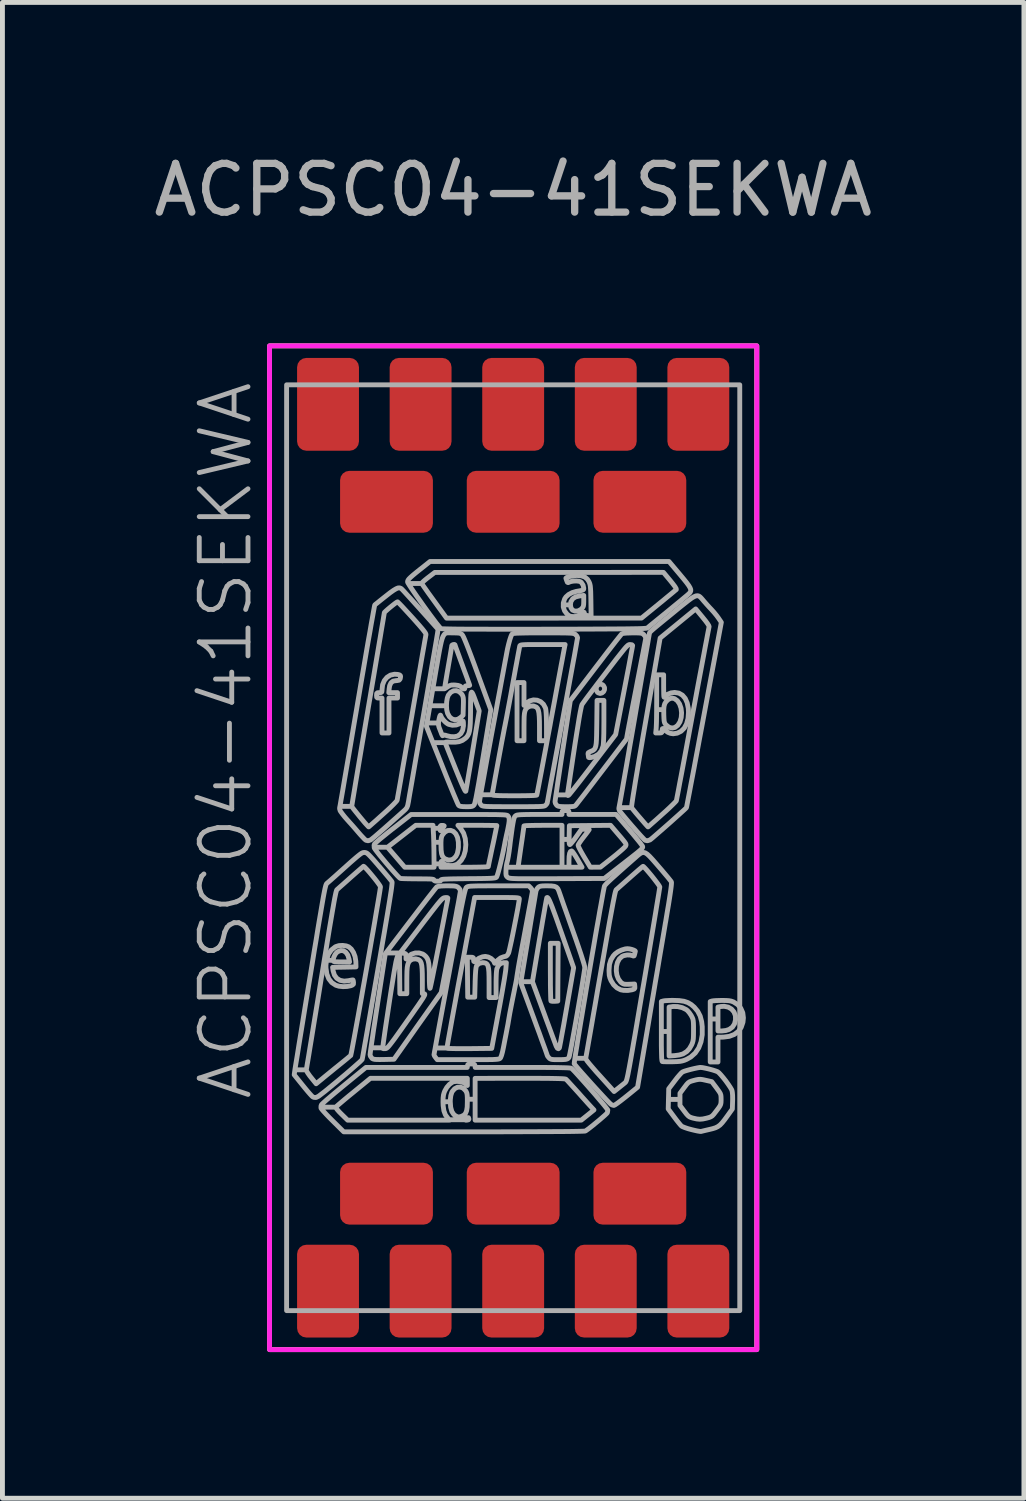
<source format=kicad_pcb>
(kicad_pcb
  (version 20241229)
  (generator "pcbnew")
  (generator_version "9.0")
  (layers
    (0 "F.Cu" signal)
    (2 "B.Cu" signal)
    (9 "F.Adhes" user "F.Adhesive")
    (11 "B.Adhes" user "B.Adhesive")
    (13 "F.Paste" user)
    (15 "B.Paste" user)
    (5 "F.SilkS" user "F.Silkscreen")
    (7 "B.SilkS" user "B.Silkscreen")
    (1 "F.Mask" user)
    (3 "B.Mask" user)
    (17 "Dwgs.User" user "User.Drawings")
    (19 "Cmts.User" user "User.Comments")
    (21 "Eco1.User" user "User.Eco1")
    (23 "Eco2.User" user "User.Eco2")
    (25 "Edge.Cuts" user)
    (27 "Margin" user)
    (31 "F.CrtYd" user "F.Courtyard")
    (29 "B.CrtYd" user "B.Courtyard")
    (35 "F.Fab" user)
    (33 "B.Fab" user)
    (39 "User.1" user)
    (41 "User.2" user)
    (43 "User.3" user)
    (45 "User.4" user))
  (footprint "ACPSC04-41SEKWA"
    (layer "F.Cu")
    (at 7.482 14.348)
    (property "Reference" "ACPSC04-41SEKWA" (at -5.9 -2.2 90) (unlocked yes) (layer "F.Fab") (effects (font (size 1 1) (thickness 0.1))))
    (attr smd)
    (fp_rect (start -5 -10.3) (end 5 10.3) (stroke (width 0.1) (type default)) (fill no) (layer "F.SilkS"))
    (fp_rect (start -5 -10.3) (end 5 10.3) (stroke (width 0.1) (type solid)) (fill no) (layer "F.CrtYd"))
    (fp_rect (start -4.65 -9.5) (end 4.65 9.5) (stroke (width 0.1) (type default)) (fill no) (layer "F.Fab"))
    (fp_poly (pts (xy 1.83 -3.347) (xy 1.852 -3.329) (xy 1.875 -3.286) (xy 1.874 -3.243) (xy 1.856 -3.204) (xy 1.824 -3.177) (xy 1.785 -3.166) (xy 1.744 -3.179) (xy 1.728 -3.192) (xy 1.709 -3.226) (xy 1.703 -3.263) (xy 1.715 -3.312) (xy 1.746 -3.346) (xy 1.787 -3.358)) (stroke (width 0.1) (type solid)) (fill no) (layer "F.Fab"))
    (fp_poly (pts (xy 0.919 2.554) (xy 0.915 3.147) (xy 0.85 3.152) (xy 0.807 3.152) (xy 0.778 3.147) (xy 0.775 3.145) (xy 0.772 3.127) (xy 0.77 3.081) (xy 0.768 3.01) (xy 0.766 2.918) (xy 0.764 2.809) (xy 0.764 2.686) (xy 0.763 2.552) (xy 0.763 2.547) (xy 0.763 1.961) (xy 0.843 1.961) (xy 0.923 1.961)) (stroke (width 0.1) (type solid)) (fill no) (layer "F.Fab"))
    (fp_poly (pts (xy 1.862 -2.595) (xy 1.861 -2.465) (xy 1.86 -2.347) (xy 1.857 -2.245) (xy 1.853 -2.163) (xy 1.848 -2.105) (xy 1.845 -2.085) (xy 1.811 -1.992) (xy 1.754 -1.922) (xy 1.674 -1.874) (xy 1.603 -1.853) (xy 1.564 -1.848) (xy 1.547 -1.854) (xy 1.544 -1.874) (xy 1.539 -1.913) (xy 1.535 -1.929) (xy 1.542 -1.95) (xy 1.581 -1.973) (xy 1.589 -1.976) (xy 1.622 -1.99) (xy 1.648 -2.004) (xy 1.669 -2.024) (xy 1.684 -2.051) (xy 1.696 -2.09) (xy 1.704 -2.143) (xy 1.709 -2.215) (xy 1.712 -2.309) (xy 1.714 -2.428) (xy 1.716 -2.557) (xy 1.721 -3.024) (xy 1.792 -3.024) (xy 1.862 -3.024)) (stroke (width 0.1) (type solid)) (fill no) (layer "F.Fab"))
    (fp_poly (pts (xy -2.372 -3.557) (xy -2.331 -3.547) (xy -2.314 -3.53) (xy -2.311 -3.512) (xy -2.319 -3.465) (xy -2.341 -3.439) (xy -2.386 -3.43) (xy -2.404 -3.43) (xy -2.465 -3.419) (xy -2.508 -3.385) (xy -2.535 -3.326) (xy -2.545 -3.264) (xy -2.553 -3.183) (xy -2.463 -3.183) (xy -2.374 -3.183) (xy -2.374 -3.127) (xy -2.374 -3.072) (xy -2.461 -3.072) (xy -2.549 -3.072) (xy -2.549 -2.713) (xy -2.549 -2.355) (xy -2.621 -2.355) (xy -2.692 -2.355) (xy -2.692 -2.713) (xy -2.692 -3.072) (xy -2.748 -3.072) (xy -2.785 -3.074) (xy -2.801 -3.088) (xy -2.804 -3.123) (xy -2.804 -3.127) (xy -2.801 -3.165) (xy -2.787 -3.18) (xy -2.752 -3.183) (xy -2.748 -3.183) (xy -2.712 -3.185) (xy -2.696 -3.198) (xy -2.692 -3.231) (xy -2.692 -3.243) (xy -2.68 -3.345) (xy -2.645 -3.43) (xy -2.59 -3.497) (xy -2.52 -3.542) (xy -2.436 -3.561)) (stroke (width 0.1) (type solid)) (fill no) (layer "F.Fab"))
    (fp_poly (pts (xy 0.222 -3.156) (xy 0.222 -2.922) (xy 0.266 -2.964) (xy 0.338 -3.013) (xy 0.415 -3.034) (xy 0.492 -3.028) (xy 0.563 -2.998) (xy 0.622 -2.944) (xy 0.662 -2.869) (xy 0.667 -2.852) (xy 0.672 -2.817) (xy 0.677 -2.757) (xy 0.681 -2.678) (xy 0.683 -2.585) (xy 0.684 -2.494) (xy 0.684 -2.196) (xy 0.612 -2.196) (xy 0.54 -2.196) (xy 0.54 -2.47) (xy 0.539 -2.595) (xy 0.535 -2.692) (xy 0.528 -2.766) (xy 0.517 -2.819) (xy 0.502 -2.856) (xy 0.481 -2.881) (xy 0.472 -2.888) (xy 0.418 -2.909) (xy 0.356 -2.908) (xy 0.305 -2.887) (xy 0.277 -2.865) (xy 0.256 -2.839) (xy 0.241 -2.804) (xy 0.231 -2.756) (xy 0.225 -2.69) (xy 0.223 -2.601) (xy 0.222 -2.486) (xy 0.222 -2.483) (xy 0.222 -2.196) (xy 0.15 -2.196) (xy 0.079 -2.196) (xy 0.079 -2.793) (xy 0.079 -3.39) (xy 0.15 -3.39) (xy 0.222 -3.39)) (stroke (width 0.1) (type solid)) (fill no) (layer "F.Fab"))
    (fp_poly (pts (xy 4.367 3.135) (xy 4.428 3.139) (xy 4.475 3.148) (xy 4.517 3.163) (xy 4.522 3.165) (xy 4.608 3.22) (xy 4.672 3.296) (xy 4.712 3.387) (xy 4.725 3.491) (xy 4.716 3.581) (xy 4.68 3.686) (xy 4.62 3.77) (xy 4.538 3.832) (xy 4.435 3.871) (xy 4.313 3.887) (xy 4.303 3.887) (xy 4.203 3.888) (xy 4.203 4.142) (xy 4.203 4.397) (xy 4.123 4.397) (xy 4.044 4.397) (xy 4.044 3.777) (xy 4.044 3.27) (xy 4.203 3.27) (xy 4.203 3.515) (xy 4.203 3.76) (xy 4.286 3.76) (xy 4.365 3.751) (xy 4.433 3.729) (xy 4.499 3.682) (xy 4.542 3.616) (xy 4.563 3.533) (xy 4.561 3.446) (xy 4.532 3.371) (xy 4.481 3.311) (xy 4.412 3.271) (xy 4.329 3.254) (xy 4.26 3.259) (xy 4.203 3.27) (xy 4.044 3.27) (xy 4.044 3.157) (xy 4.079 3.146) (xy 4.11 3.141) (xy 4.163 3.137) (xy 4.232 3.135) (xy 4.282 3.134)) (stroke (width 0.1) (type solid)) (fill no) (layer "F.Fab"))
    (fp_poly (pts (xy 2.387 2.076) (xy 2.435 2.087) (xy 2.477 2.102) (xy 2.503 2.117) (xy 2.507 2.125) (xy 2.5 2.154) (xy 2.492 2.188) (xy 2.482 2.218) (xy 2.466 2.222) (xy 2.452 2.216) (xy 2.401 2.202) (xy 2.336 2.201) (xy 2.272 2.214) (xy 2.235 2.23) (xy 2.179 2.281) (xy 2.141 2.352) (xy 2.12 2.436) (xy 2.116 2.526) (xy 2.129 2.614) (xy 2.16 2.694) (xy 2.208 2.759) (xy 2.224 2.773) (xy 2.253 2.791) (xy 2.285 2.801) (xy 2.332 2.803) (xy 2.379 2.802) (xy 2.491 2.797) (xy 2.496 2.847) (xy 2.496 2.881) (xy 2.483 2.9) (xy 2.447 2.913) (xy 2.44 2.915) (xy 2.355 2.929) (xy 2.265 2.927) (xy 2.207 2.916) (xy 2.13 2.877) (xy 2.062 2.813) (xy 2.009 2.729) (xy 2.008 2.727) (xy 1.985 2.671) (xy 1.972 2.618) (xy 1.968 2.554) (xy 1.967 2.51) (xy 1.976 2.395) (xy 2.005 2.301) (xy 2.054 2.22) (xy 2.091 2.179) (xy 2.149 2.136) (xy 2.223 2.1) (xy 2.299 2.077) (xy 2.344 2.072)) (stroke (width 0.1) (type solid)) (fill no) (layer "F.Fab"))
    (fp_poly (pts (xy -3.425 2.015) (xy -3.375 2.034) (xy -3.322 2.08) (xy -3.277 2.15) (xy -3.245 2.235) (xy -3.23 2.328) (xy -3.229 2.345) (xy -3.226 2.446) (xy -3.466 2.451) (xy -3.706 2.455) (xy -3.696 2.525) (xy -3.669 2.613) (xy -3.621 2.679) (xy -3.554 2.721) (xy -3.47 2.738) (xy -3.373 2.728) (xy -3.368 2.726) (xy -3.323 2.717) (xy -3.293 2.713) (xy -3.287 2.714) (xy -3.281 2.734) (xy -3.277 2.766) (xy -3.279 2.799) (xy -3.299 2.818) (xy -3.329 2.831) (xy -3.405 2.847) (xy -3.492 2.851) (xy -3.576 2.842) (xy -3.641 2.822) (xy -3.723 2.768) (xy -3.784 2.691) (xy -3.824 2.591) (xy -3.842 2.469) (xy -3.843 2.411) (xy -3.831 2.31) (xy -3.696 2.31) (xy -3.694 2.325) (xy -3.684 2.334) (xy -3.661 2.34) (xy -3.619 2.342) (xy -3.553 2.343) (xy -3.527 2.343) (xy -3.358 2.343) (xy -3.369 2.284) (xy -3.394 2.203) (xy -3.434 2.146) (xy -3.484 2.114) (xy -3.54 2.109) (xy -3.6 2.133) (xy -3.622 2.15) (xy -3.655 2.191) (xy -3.682 2.248) (xy -3.695 2.302) (xy -3.696 2.31) (xy -3.831 2.31) (xy -3.829 2.291) (xy -3.791 2.185) (xy -3.732 2.099) (xy -3.653 2.036) (xy -3.64 2.029) (xy -3.577 2.009) (xy -3.5 2.005)) (stroke (width 0.1) (type solid)) (fill no) (layer "F.Fab"))
    (fp_poly (pts (xy 3.408 3.137) (xy 3.506 3.151) (xy 3.586 3.178) (xy 3.655 3.219) (xy 3.716 3.271) (xy 3.788 3.357) (xy 3.838 3.454) (xy 3.868 3.569) (xy 3.88 3.674) (xy 3.88 3.838) (xy 3.855 3.983) (xy 3.808 4.108) (xy 3.737 4.213) (xy 3.645 4.295) (xy 3.562 4.342) (xy 3.515 4.362) (xy 3.472 4.375) (xy 3.425 4.384) (xy 3.364 4.389) (xy 3.282 4.392) (xy 3.271 4.392) (xy 3.195 4.393) (xy 3.13 4.392) (xy 3.083 4.391) (xy 3.06 4.388) (xy 3.055 4.378) (xy 3.051 4.354) (xy 3.047 4.312) (xy 3.045 4.25) (xy 3.043 4.166) (xy 3.041 4.057) (xy 3.041 3.921) (xy 3.041 3.767) (xy 3.041 3.27) (xy 3.2 3.27) (xy 3.2 3.772) (xy 3.2 4.274) (xy 3.315 4.266) (xy 3.406 4.254) (xy 3.48 4.233) (xy 3.494 4.226) (xy 3.563 4.182) (xy 3.616 4.125) (xy 3.661 4.048) (xy 3.665 4.039) (xy 3.68 4.002) (xy 3.69 3.966) (xy 3.697 3.923) (xy 3.7 3.866) (xy 3.701 3.788) (xy 3.701 3.744) (xy 3.701 3.657) (xy 3.699 3.594) (xy 3.695 3.549) (xy 3.688 3.515) (xy 3.675 3.484) (xy 3.657 3.449) (xy 3.654 3.443) (xy 3.618 3.39) (xy 3.577 3.342) (xy 3.55 3.321) (xy 3.47 3.282) (xy 3.375 3.26) (xy 3.283 3.258) (xy 3.269 3.26) (xy 3.2 3.27) (xy 3.041 3.27) (xy 3.041 3.156) (xy 3.084 3.144) (xy 3.119 3.139) (xy 3.176 3.136) (xy 3.246 3.133) (xy 3.287 3.133)) (stroke (width 0.1) (type solid)) (fill no) (layer "F.Fab"))
    (fp_poly (pts (xy 3.088 -3.307) (xy 3.089 -3.215) (xy 3.09 -3.151) (xy 3.092 -3.111) (xy 3.096 -3.091) (xy 3.102 -3.087) (xy 3.11 -3.096) (xy 3.113 -3.1) (xy 3.165 -3.147) (xy 3.237 -3.177) (xy 3.314 -3.187) (xy 3.401 -3.173) (xy 3.474 -3.131) (xy 3.531 -3.064) (xy 3.571 -2.974) (xy 3.594 -2.861) (xy 3.598 -2.777) (xy 3.588 -2.65) (xy 3.558 -2.542) (xy 3.51 -2.454) (xy 3.445 -2.39) (xy 3.366 -2.351) (xy 3.284 -2.339) (xy 3.229 -2.347) (xy 3.178 -2.367) (xy 3.176 -2.368) (xy 3.136 -2.396) (xy 3.107 -2.423) (xy 3.106 -2.424) (xy 3.079 -2.448) (xy 3.062 -2.442) (xy 3.056 -2.405) (xy 3.056 -2.403) (xy 3.054 -2.373) (xy 3.041 -2.359) (xy 3.008 -2.355) (xy 2.991 -2.355) (xy 2.925 -2.355) (xy 2.935 -2.453) (xy 2.937 -2.493) (xy 2.94 -2.561) (xy 2.942 -2.65) (xy 2.943 -2.757) (xy 2.944 -2.834) (xy 3.09 -2.834) (xy 3.091 -2.74) (xy 3.091 -2.732) (xy 3.094 -2.655) (xy 3.098 -2.603) (xy 3.106 -2.569) (xy 3.118 -2.544) (xy 3.136 -2.522) (xy 3.136 -2.522) (xy 3.197 -2.473) (xy 3.26 -2.456) (xy 3.321 -2.469) (xy 3.378 -2.513) (xy 3.423 -2.584) (xy 3.449 -2.672) (xy 3.456 -2.768) (xy 3.445 -2.863) (xy 3.415 -2.95) (xy 3.368 -3.019) (xy 3.367 -3.019) (xy 3.309 -3.061) (xy 3.252 -3.071) (xy 3.194 -3.049) (xy 3.171 -3.032) (xy 3.135 -2.996) (xy 3.11 -2.955) (xy 3.096 -2.903) (xy 3.09 -2.834) (xy 2.944 -2.834) (xy 2.944 -2.876) (xy 2.945 -3.003) (xy 2.945 -3.05) (xy 2.945 -3.549) (xy 3.017 -3.549) (xy 3.088 -3.549)) (stroke (width 0.1) (type solid)) (fill no) (layer "F.Fab"))
    (fp_poly (pts (xy 1.402 -5.58) (xy 1.473 -5.554) (xy 1.525 -5.509) (xy 1.555 -5.46) (xy 1.567 -5.433) (xy 1.576 -5.404) (xy 1.583 -5.369) (xy 1.587 -5.322) (xy 1.591 -5.258) (xy 1.593 -5.173) (xy 1.595 -5.073) (xy 1.599 -4.758) (xy 1.536 -4.763) (xy 1.493 -4.77) (xy 1.472 -4.786) (xy 1.464 -4.806) (xy 1.456 -4.831) (xy 1.444 -4.829) (xy 1.433 -4.816) (xy 1.377 -4.772) (xy 1.299 -4.748) (xy 1.242 -4.744) (xy 1.187 -4.747) (xy 1.147 -4.762) (xy 1.107 -4.793) (xy 1.105 -4.795) (xy 1.054 -4.862) (xy 1.028 -4.941) (xy 1.029 -4.984) (xy 1.175 -4.984) (xy 1.185 -4.925) (xy 1.214 -4.88) (xy 1.22 -4.875) (xy 1.272 -4.855) (xy 1.331 -4.86) (xy 1.387 -4.889) (xy 1.402 -4.902) (xy 1.426 -4.929) (xy 1.44 -4.956) (xy 1.446 -4.993) (xy 1.448 -5.05) (xy 1.448 -5.063) (xy 1.448 -5.178) (xy 1.365 -5.168) (xy 1.281 -5.148) (xy 1.222 -5.11) (xy 1.186 -5.052) (xy 1.183 -5.045) (xy 1.175 -4.984) (xy 1.029 -4.984) (xy 1.029 -5.025) (xy 1.056 -5.107) (xy 1.083 -5.148) (xy 1.138 -5.197) (xy 1.212 -5.236) (xy 1.295 -5.261) (xy 1.298 -5.261) (xy 1.367 -5.273) (xy 1.411 -5.282) (xy 1.435 -5.291) (xy 1.446 -5.303) (xy 1.448 -5.32) (xy 1.448 -5.327) (xy 1.435 -5.389) (xy 1.4 -5.443) (xy 1.386 -5.456) (xy 1.35 -5.469) (xy 1.295 -5.475) (xy 1.235 -5.472) (xy 1.181 -5.462) (xy 1.158 -5.454) (xy 1.128 -5.441) (xy 1.112 -5.448) (xy 1.099 -5.48) (xy 1.099 -5.48) (xy 1.087 -5.515) (xy 1.082 -5.532) (xy 1.082 -5.533) (xy 1.096 -5.545) (xy 1.133 -5.559) (xy 1.185 -5.572) (xy 1.241 -5.582) (xy 1.295 -5.587) (xy 1.309 -5.588)) (stroke (width 0.1) (type solid)) (fill no) (layer "F.Fab"))
    (fp_poly (pts (xy 3.887 4.513) (xy 3.952 4.526) (xy 4.025 4.543) (xy 4.098 4.563) (xy 4.16 4.583) (xy 4.195 4.597) (xy 4.224 4.62) (xy 4.265 4.664) (xy 4.314 4.722) (xy 4.365 4.787) (xy 4.413 4.854) (xy 4.454 4.915) (xy 4.483 4.964) (xy 4.491 4.984) (xy 4.498 5.022) (xy 4.503 5.082) (xy 4.504 5.156) (xy 4.503 5.198) (xy 4.498 5.362) (xy 4.402 5.496) (xy 4.34 5.581) (xy 4.289 5.645) (xy 4.245 5.691) (xy 4.201 5.723) (xy 4.153 5.747) (xy 4.093 5.766) (xy 4.035 5.78) (xy 3.966 5.796) (xy 3.907 5.81) (xy 3.866 5.82) (xy 3.853 5.823) (xy 3.828 5.821) (xy 3.78 5.813) (xy 3.717 5.799) (xy 3.659 5.785) (xy 3.586 5.765) (xy 3.521 5.743) (xy 3.473 5.723) (xy 3.453 5.711) (xy 3.43 5.686) (xy 3.393 5.641) (xy 3.348 5.584) (xy 3.3 5.52) (xy 3.182 5.361) (xy 3.187 5.154) (xy 3.19 5.04) (xy 3.423 5.04) (xy 3.423 5.165) (xy 3.423 5.29) (xy 3.511 5.407) (xy 3.555 5.464) (xy 3.588 5.5) (xy 3.618 5.523) (xy 3.653 5.538) (xy 3.69 5.549) (xy 3.767 5.566) (xy 3.829 5.572) (xy 3.891 5.567) (xy 3.967 5.551) (xy 3.974 5.549) (xy 4.022 5.536) (xy 4.057 5.522) (xy 4.087 5.502) (xy 4.118 5.469) (xy 4.158 5.417) (xy 4.172 5.399) (xy 4.215 5.342) (xy 4.243 5.3) (xy 4.258 5.267) (xy 4.265 5.232) (xy 4.267 5.188) (xy 4.267 5.165) (xy 4.266 5.115) (xy 4.262 5.077) (xy 4.251 5.044) (xy 4.229 5.007) (xy 4.193 4.957) (xy 4.172 4.928) (xy 4.076 4.801) (xy 3.953 4.773) (xy 3.889 4.759) (xy 3.843 4.753) (xy 3.802 4.755) (xy 3.753 4.764) (xy 3.714 4.774) (xy 3.66 4.789) (xy 3.622 4.803) (xy 3.592 4.823) (xy 3.561 4.856) (xy 3.522 4.907) (xy 3.511 4.921) (xy 3.423 5.04) (xy 3.19 5.04) (xy 3.192 4.947) (xy 3.316 4.784) (xy 3.365 4.72) (xy 3.412 4.665) (xy 3.449 4.624) (xy 3.474 4.603) (xy 3.475 4.602) (xy 3.511 4.587) (xy 3.57 4.569) (xy 3.64 4.55) (xy 3.714 4.532) (xy 3.78 4.518) (xy 3.829 4.51) (xy 3.842 4.509)) (stroke (width 0.1) (type solid)) (fill no) (layer "F.Fab"))
    (fp_poly (pts (xy 3.422 -5.608) (xy 3.502 -5.512) (xy 3.562 -5.437) (xy 3.605 -5.378) (xy 3.631 -5.333) (xy 3.644 -5.298) (xy 3.644 -5.27) (xy 3.634 -5.246) (xy 3.618 -5.225) (xy 3.599 -5.207) (xy 3.559 -5.172) (xy 3.5 -5.123) (xy 3.426 -5.061) (xy 3.339 -4.99) (xy 3.244 -4.912) (xy 3.184 -4.863) (xy 3.085 -4.782) (xy 2.993 -4.707) (xy 2.912 -4.641) (xy 2.844 -4.586) (xy 2.793 -4.544) (xy 2.761 -4.517) (xy 2.752 -4.51) (xy 2.744 -4.507) (xy 2.727 -4.504) (xy 2.7 -4.502) (xy 2.66 -4.499) (xy 2.607 -4.497) (xy 2.538 -4.495) (xy 2.453 -4.494) (xy 2.35 -4.492) (xy 2.228 -4.491) (xy 2.084 -4.49) (xy 1.917 -4.489) (xy 1.727 -4.488) (xy 1.511 -4.487) (xy 1.268 -4.486) (xy 0.996 -4.485) (xy 0.694 -4.485) (xy 0.637 -4.485) (xy 0.296 -4.484) (xy -0.016 -4.484) (xy -0.298 -4.484) (xy -0.551 -4.485) (xy -0.775 -4.485) (xy -0.968 -4.486) (xy -1.131 -4.487) (xy -1.263 -4.489) (xy -1.365 -4.491) (xy -1.435 -4.493) (xy -1.474 -4.495) (xy -1.482 -4.497) (xy -1.5 -4.515) (xy -1.533 -4.555) (xy -1.58 -4.613) (xy -1.635 -4.687) (xy -1.699 -4.772) (xy -1.767 -4.865) (xy -1.837 -4.962) (xy -1.906 -5.06) (xy -1.973 -5.154) (xy -2.033 -5.241) (xy -2.086 -5.319) (xy -2.127 -5.382) (xy -2.152 -5.423) (xy -1.875 -5.423) (xy -1.874 -5.419) (xy -1.863 -5.402) (xy -1.836 -5.362) (xy -1.795 -5.304) (xy -1.743 -5.23) (xy -1.682 -5.146) (xy -1.617 -5.056) (xy -1.368 -4.712) (xy 0.633 -4.712) (xy 2.634 -4.713) (xy 2.983 -4.998) (xy 3.074 -5.072) (xy 3.157 -5.141) (xy 3.229 -5.2) (xy 3.287 -5.248) (xy 3.327 -5.282) (xy 3.347 -5.298) (xy 3.348 -5.299) (xy 3.345 -5.318) (xy 3.32 -5.36) (xy 3.273 -5.422) (xy 3.224 -5.483) (xy 3.084 -5.651) (xy 0.738 -5.65) (xy -1.609 -5.65) (xy -1.685 -5.592) (xy -1.762 -5.533) (xy -1.816 -5.489) (xy -1.851 -5.458) (xy -1.87 -5.437) (xy -1.875 -5.423) (xy -2.152 -5.423) (xy -2.155 -5.427) (xy -2.167 -5.451) (xy -2.167 -5.453) (xy -2.165 -5.473) (xy -2.156 -5.494) (xy -2.138 -5.518) (xy -2.108 -5.548) (xy -2.062 -5.589) (xy -1.997 -5.643) (xy -1.91 -5.713) (xy -1.909 -5.713) (xy -1.707 -5.874) (xy 0.746 -5.874) (xy 3.198 -5.874)) (stroke (width 0.1) (type solid)) (fill no) (layer "F.Fab"))
    (fp_poly (pts (xy 0.785 0.784) (xy 0.845 0.792) (xy 0.887 0.809) (xy 0.915 0.839) (xy 0.936 0.884) (xy 0.944 0.908) (xy 0.955 0.939) (xy 0.975 0.996) (xy 1.003 1.077) (xy 1.038 1.178) (xy 1.08 1.295) (xy 1.126 1.425) (xy 1.175 1.565) (xy 1.22 1.692) (xy 1.289 1.887) (xy 1.346 2.053) (xy 1.392 2.19) (xy 1.427 2.3) (xy 1.452 2.381) (xy 1.466 2.436) (xy 1.469 2.462) (xy 1.466 2.491) (xy 1.458 2.547) (xy 1.446 2.627) (xy 1.43 2.726) (xy 1.411 2.843) (xy 1.389 2.973) (xy 1.365 3.112) (xy 1.34 3.258) (xy 1.314 3.406) (xy 1.288 3.554) (xy 1.262 3.698) (xy 1.237 3.835) (xy 1.214 3.96) (xy 1.194 4.071) (xy 1.176 4.164) (xy 1.162 4.235) (xy 1.151 4.282) (xy 1.146 4.3) (xy 1.132 4.321) (xy 1.11 4.335) (xy 1.076 4.344) (xy 1.023 4.348) (xy 0.946 4.349) (xy 0.924 4.349) (xy 0.851 4.349) (xy 0.803 4.346) (xy 0.772 4.339) (xy 0.75 4.328) (xy 0.734 4.312) (xy 0.71 4.283) (xy 0.7 4.263) (xy 0.7 4.263) (xy 0.694 4.246) (xy 0.679 4.202) (xy 0.655 4.133) (xy 0.622 4.044) (xy 0.583 3.937) (xy 0.539 3.814) (xy 0.489 3.679) (xy 0.436 3.534) (xy 0.428 3.511) (xy 0.156 2.772) (xy 0.159 2.749) (xy 0.395 2.749) (xy 0.629 3.386) (xy 0.679 3.523) (xy 0.727 3.652) (xy 0.771 3.771) (xy 0.809 3.875) (xy 0.841 3.961) (xy 0.865 4.025) (xy 0.88 4.065) (xy 0.884 4.075) (xy 0.907 4.115) (xy 0.929 4.125) (xy 0.947 4.11) (xy 0.952 4.091) (xy 0.961 4.044) (xy 0.975 3.972) (xy 0.992 3.877) (xy 1.013 3.763) (xy 1.037 3.633) (xy 1.062 3.489) (xy 1.089 3.334) (xy 1.099 3.278) (xy 1.241 2.462) (xy 0.991 1.748) (xy 0.93 1.575) (xy 0.879 1.43) (xy 0.835 1.311) (xy 0.8 1.216) (xy 0.77 1.142) (xy 0.747 1.088) (xy 0.728 1.051) (xy 0.713 1.03) (xy 0.701 1.021) (xy 0.692 1.024) (xy 0.69 1.025) (xy 0.686 1.042) (xy 0.677 1.088) (xy 0.664 1.159) (xy 0.648 1.252) (xy 0.628 1.366) (xy 0.605 1.497) (xy 0.581 1.641) (xy 0.554 1.798) (xy 0.538 1.891) (xy 0.395 2.749) (xy 0.159 2.749) (xy 0.309 1.845) (xy 0.337 1.676) (xy 0.363 1.516) (xy 0.388 1.368) (xy 0.41 1.234) (xy 0.43 1.117) (xy 0.446 1.021) (xy 0.458 0.947) (xy 0.466 0.9) (xy 0.47 0.882) (xy 0.487 0.845) (xy 0.512 0.814) (xy 0.532 0.799) (xy 0.56 0.789) (xy 0.6 0.784) (xy 0.662 0.782) (xy 0.699 0.782)) (stroke (width 0.1) (type solid)) (fill no) (layer "F.Fab"))
    (fp_poly (pts (xy 2.53 -4.409) (xy 2.587 -4.407) (xy 2.625 -4.403) (xy 2.65 -4.396) (xy 2.669 -4.383) (xy 2.685 -4.368) (xy 2.713 -4.332) (xy 2.719 -4.294) (xy 2.717 -4.277) (xy 2.712 -4.251) (xy 2.702 -4.198) (xy 2.687 -4.12) (xy 2.668 -4.02) (xy 2.645 -3.902) (xy 2.619 -3.768) (xy 2.591 -3.623) (xy 2.561 -3.468) (xy 2.555 -3.438) (xy 2.524 -3.275) (xy 2.493 -3.115) (xy 2.463 -2.962) (xy 2.436 -2.82) (xy 2.411 -2.692) (xy 2.391 -2.584) (xy 2.374 -2.498) (xy 2.364 -2.44) (xy 2.363 -2.44) (xy 2.325 -2.23) (xy 1.823 -1.572) (xy 1.725 -1.444) (xy 1.633 -1.323) (xy 1.547 -1.211) (xy 1.471 -1.111) (xy 1.405 -1.026) (xy 1.352 -0.958) (xy 1.314 -0.909) (xy 1.293 -0.882) (xy 1.29 -0.878) (xy 1.274 -0.862) (xy 1.254 -0.851) (xy 1.223 -0.846) (xy 1.174 -0.843) (xy 1.101 -0.842) (xy 1.091 -0.842) (xy 1.014 -0.843) (xy 0.961 -0.846) (xy 0.927 -0.852) (xy 0.905 -0.862) (xy 0.891 -0.874) (xy 0.867 -0.91) (xy 0.859 -0.942) (xy 0.861 -0.963) (xy 0.868 -1.014) (xy 0.878 -1.084) (xy 1.114 -1.084) (xy 1.123 -1.072) (xy 1.137 -1.077) (xy 1.152 -1.092) (xy 1.183 -1.13) (xy 1.23 -1.188) (xy 1.29 -1.264) (xy 1.361 -1.355) (xy 1.442 -1.46) (xy 1.53 -1.574) (xy 1.624 -1.697) (xy 1.632 -1.707) (xy 2.103 -2.324) (xy 2.277 -3.227) (xy 2.309 -3.393) (xy 2.339 -3.549) (xy 2.367 -3.694) (xy 2.391 -3.823) (xy 2.412 -3.935) (xy 2.429 -4.027) (xy 2.442 -4.095) (xy 2.449 -4.137) (xy 2.451 -4.151) (xy 2.437 -4.165) (xy 2.399 -4.17) (xy 2.398 -4.17) (xy 2.385 -4.17) (xy 2.372 -4.165) (xy 2.356 -4.156) (xy 2.337 -4.139) (xy 2.311 -4.113) (xy 2.278 -4.074) (xy 2.236 -4.022) (xy 2.182 -3.954) (xy 2.114 -3.868) (xy 2.032 -3.761) (xy 1.933 -3.632) (xy 1.893 -3.579) (xy 1.8 -3.458) (xy 1.712 -3.342) (xy 1.632 -3.236) (xy 1.561 -3.142) (xy 1.501 -3.062) (xy 1.455 -2.999) (xy 1.425 -2.957) (xy 1.412 -2.938) (xy 1.403 -2.911) (xy 1.391 -2.856) (xy 1.374 -2.772) (xy 1.354 -2.66) (xy 1.331 -2.517) (xy 1.303 -2.345) (xy 1.271 -2.142) (xy 1.249 -1.997) (xy 1.224 -1.832) (xy 1.201 -1.676) (xy 1.179 -1.532) (xy 1.16 -1.403) (xy 1.143 -1.292) (xy 1.13 -1.202) (xy 1.12 -1.135) (xy 1.115 -1.095) (xy 1.114 -1.084) (xy 0.878 -1.084) (xy 0.879 -1.09) (xy 0.894 -1.19) (xy 0.911 -1.31) (xy 0.932 -1.448) (xy 0.955 -1.601) (xy 0.98 -1.766) (xy 1.007 -1.941) (xy 1.016 -1.998) (xy 1.173 -3.019) (xy 1.688 -3.694) (xy 1.787 -3.823) (xy 1.88 -3.945) (xy 1.966 -4.057) (xy 2.043 -4.156) (xy 2.109 -4.241) (xy 2.163 -4.309) (xy 2.202 -4.358) (xy 2.224 -4.385) (xy 2.228 -4.389) (xy 2.258 -4.399) (xy 2.319 -4.405) (xy 2.411 -4.408) (xy 2.448 -4.409)) (stroke (width 0.1) (type solid)) (fill no) (layer "F.Fab"))
    (fp_poly (pts (xy 1.118 -0.761) (xy 1.139 -0.753) (xy 1.145 -0.733) (xy 1.145 -0.723) (xy 1.145 -0.683) (xy 1.629 -0.683) (xy 2.112 -0.683) (xy 2.385 -0.365) (xy 2.458 -0.279) (xy 2.524 -0.199) (xy 2.58 -0.131) (xy 2.623 -0.076) (xy 2.65 -0.038) (xy 2.658 -0.022) (xy 2.657 -0.01) (xy 2.652 0.002) (xy 2.641 0.017) (xy 2.621 0.038) (xy 2.589 0.066) (xy 2.544 0.104) (xy 2.482 0.153) (xy 2.401 0.217) (xy 2.299 0.296) (xy 2.236 0.345) (xy 1.87 0.631) (xy 0.899 0.635) (xy 0.698 0.636) (xy 0.528 0.636) (xy 0.384 0.636) (xy 0.265 0.636) (xy 0.167 0.636) (xy 0.089 0.635) (xy 0.029 0.633) (xy -0.017 0.631) (xy -0.051 0.628) (xy -0.075 0.624) (xy -0.091 0.62) (xy -0.103 0.615) (xy -0.112 0.608) (xy -0.113 0.608) (xy -0.134 0.588) (xy -0.145 0.566) (xy -0.149 0.53) (xy -0.148 0.473) (xy -0.148 0.469) (xy -0.144 0.405) (xy -0.143 0.4) (xy 0.1 0.4) (xy 0.551 0.4) (xy 1.002 0.4) (xy 1.002 0.264) (xy 1.145 0.264) (xy 1.145 0.4) (xy 1.279 0.4) (xy 1.413 0.4) (xy 1.317 0.233) (xy 1.278 0.168) (xy 1.243 0.115) (xy 1.216 0.079) (xy 1.2 0.066) (xy 1.2 0.066) (xy 1.175 0.078) (xy 1.158 0.115) (xy 1.148 0.179) (xy 1.145 0.264) (xy 1.002 0.264) (xy 1.002 -0.03) (xy 1.002 -0.171) (xy 1.148 -0.171) (xy 1.149 -0.113) (xy 1.152 -0.08) (xy 1.159 -0.066) (xy 1.165 -0.065) (xy 1.182 -0.08) (xy 1.212 -0.116) (xy 1.252 -0.167) (xy 1.294 -0.226) (xy 1.403 -0.38) (xy 1.481 -0.38) (xy 1.526 -0.379) (xy 1.555 -0.375) (xy 1.56 -0.372) (xy 1.55 -0.357) (xy 1.525 -0.322) (xy 1.488 -0.273) (xy 1.448 -0.222) (xy 1.403 -0.163) (xy 1.366 -0.11) (xy 1.341 -0.07) (xy 1.333 -0.051) (xy 1.339 -0.028) (xy 1.36 0.017) (xy 1.392 0.078) (xy 1.433 0.15) (xy 1.456 0.189) (xy 1.583 0.4) (xy 1.687 0.399) (xy 1.79 0.399) (xy 2.037 0.204) (xy 2.114 0.142) (xy 2.184 0.083) (xy 2.243 0.032) (xy 2.284 -0.007) (xy 2.306 -0.031) (xy 2.306 -0.032) (xy 2.314 -0.048) (xy 2.316 -0.064) (xy 2.31 -0.084) (xy 2.293 -0.111) (xy 2.262 -0.151) (xy 2.215 -0.208) (xy 2.164 -0.267) (xy 1.999 -0.46) (xy 1.576 -0.456) (xy 1.153 -0.452) (xy 1.149 -0.255) (xy 1.148 -0.171) (xy 1.002 -0.171) (xy 1.002 -0.46) (xy 0.612 -0.46) (xy 0.504 -0.459) (xy 0.408 -0.458) (xy 0.327 -0.456) (xy 0.267 -0.454) (xy 0.23 -0.45) (xy 0.221 -0.448) (xy 0.219 -0.43) (xy 0.213 -0.384) (xy 0.203 -0.315) (xy 0.191 -0.228) (xy 0.176 -0.126) (xy 0.16 -0.018) (xy 0.1 0.4) (xy -0.143 0.4) (xy -0.136 0.347) (xy -0.129 0.312) (xy -0.114 0.256) (xy -0.099 0.175) (xy -0.083 0.073) (xy -0.068 -0.042) (xy -0.065 -0.07) (xy -0.057 -0.136) (xy -0.045 -0.223) (xy -0.032 -0.319) (xy -0.019 -0.412) (xy -0.019 -0.412) (xy -0.004 -0.502) (xy 0.008 -0.566) (xy 0.019 -0.609) (xy 0.031 -0.637) (xy 0.046 -0.654) (xy 0.048 -0.655) (xy 0.06 -0.663) (xy 0.078 -0.67) (xy 0.105 -0.674) (xy 0.144 -0.678) (xy 0.199 -0.68) (xy 0.275 -0.682) (xy 0.373 -0.683) (xy 0.499 -0.683) (xy 0.542 -0.683) (xy 1.002 -0.683) (xy 1.002 -0.723) (xy 1.005 -0.747) (xy 1.02 -0.759) (xy 1.055 -0.762) (xy 1.074 -0.763)) (stroke (width 0.1) (type solid)) (fill no) (layer "F.Fab"))
    (fp_poly (pts (xy 3.811 -5.165) (xy 3.838 -5.146) (xy 3.865 -5.118) (xy 3.896 -5.082) (xy 3.902 -5.074) (xy 3.957 -5.011) (xy 4.018 -4.943) (xy 4.071 -4.887) (xy 4.123 -4.829) (xy 4.176 -4.764) (xy 4.214 -4.712) (xy 4.272 -4.626) (xy 3.917 -2.73) (xy 3.872 -2.489) (xy 3.828 -2.256) (xy 3.787 -2.035) (xy 3.747 -1.825) (xy 3.711 -1.63) (xy 3.677 -1.452) (xy 3.646 -1.292) (xy 3.62 -1.152) (xy 3.597 -1.034) (xy 3.579 -0.94) (xy 3.566 -0.872) (xy 3.558 -0.832) (xy 3.555 -0.822) (xy 3.54 -0.806) (xy 3.505 -0.773) (xy 3.453 -0.726) (xy 3.388 -0.667) (xy 3.313 -0.6) (xy 3.233 -0.528) (xy 3.15 -0.455) (xy 3.068 -0.383) (xy 2.991 -0.316) (xy 2.923 -0.257) (xy 2.868 -0.209) (xy 2.828 -0.176) (xy 2.807 -0.16) (xy 2.806 -0.16) (xy 2.755 -0.143) (xy 2.71 -0.152) (xy 2.694 -0.166) (xy 2.661 -0.201) (xy 2.614 -0.251) (xy 2.558 -0.314) (xy 2.496 -0.385) (xy 2.43 -0.46) (xy 2.366 -0.535) (xy 2.306 -0.606) (xy 2.254 -0.668) (xy 2.213 -0.718) (xy 2.187 -0.752) (xy 2.181 -0.762) (xy 2.169 -0.797) (xy 2.171 -0.819) (xy 2.171 -0.823) (xy 2.429 -0.823) (xy 2.444 -0.804) (xy 2.474 -0.767) (xy 2.515 -0.717) (xy 2.563 -0.66) (xy 2.615 -0.6) (xy 2.665 -0.542) (xy 2.709 -0.491) (xy 2.743 -0.453) (xy 2.763 -0.431) (xy 2.767 -0.428) (xy 2.78 -0.438) (xy 2.813 -0.467) (xy 2.863 -0.511) (xy 2.927 -0.567) (xy 3.001 -0.633) (xy 3.056 -0.683) (xy 3.137 -0.755) (xy 3.209 -0.822) (xy 3.269 -0.88) (xy 3.315 -0.926) (xy 3.343 -0.956) (xy 3.349 -0.965) (xy 3.353 -0.985) (xy 3.362 -1.033) (xy 3.377 -1.109) (xy 3.396 -1.209) (xy 3.419 -1.334) (xy 3.447 -1.479) (xy 3.478 -1.643) (xy 3.512 -1.825) (xy 3.549 -2.022) (xy 3.588 -2.232) (xy 3.629 -2.453) (xy 3.672 -2.683) (xy 3.685 -2.753) (xy 3.729 -2.986) (xy 3.77 -3.209) (xy 3.81 -3.423) (xy 3.848 -3.624) (xy 3.883 -3.81) (xy 3.915 -3.979) (xy 3.943 -4.13) (xy 3.968 -4.26) (xy 3.988 -4.368) (xy 4.004 -4.451) (xy 4.015 -4.507) (xy 4.02 -4.535) (xy 4.021 -4.537) (xy 4.014 -4.559) (xy 3.988 -4.601) (xy 3.946 -4.658) (xy 3.89 -4.727) (xy 3.887 -4.731) (xy 3.746 -4.901) (xy 3.381 -4.602) (xy 3.016 -4.303) (xy 2.716 -2.575) (xy 2.665 -2.283) (xy 2.62 -2.016) (xy 2.578 -1.774) (xy 2.542 -1.558) (xy 2.51 -1.368) (xy 2.484 -1.205) (xy 2.462 -1.07) (xy 2.446 -0.964) (xy 2.435 -0.887) (xy 2.43 -0.839) (xy 2.429 -0.823) (xy 2.171 -0.823) (xy 2.174 -0.837) (xy 2.183 -0.885) (xy 2.197 -0.96) (xy 2.215 -1.06) (xy 2.237 -1.184) (xy 2.262 -1.328) (xy 2.291 -1.493) (xy 2.323 -1.674) (xy 2.357 -1.871) (xy 2.393 -2.081) (xy 2.432 -2.302) (xy 2.472 -2.532) (xy 2.483 -2.597) (xy 2.523 -2.83) (xy 2.562 -3.054) (xy 2.599 -3.268) (xy 2.634 -3.47) (xy 2.667 -3.657) (xy 2.696 -3.827) (xy 2.723 -3.979) (xy 2.746 -4.11) (xy 2.765 -4.218) (xy 2.779 -4.302) (xy 2.789 -4.359) (xy 2.794 -4.387) (xy 2.795 -4.39) (xy 2.796 -4.399) (xy 2.798 -4.408) (xy 2.803 -4.416) (xy 2.812 -4.428) (xy 2.828 -4.444) (xy 2.853 -4.467) (xy 2.89 -4.499) (xy 2.94 -4.541) (xy 3.007 -4.596) (xy 3.092 -4.666) (xy 3.198 -4.752) (xy 3.293 -4.83) (xy 3.415 -4.93) (xy 3.515 -5.01) (xy 3.595 -5.073) (xy 3.659 -5.12) (xy 3.71 -5.151) (xy 3.751 -5.168) (xy 3.783 -5.172)) (stroke (width 0.1) (type solid)) (fill no) (layer "F.Fab"))
    (fp_poly (pts (xy 0.777 -4.409) (xy 0.905 -4.409) (xy 1.007 -4.408) (xy 1.087 -4.407) (xy 1.148 -4.405) (xy 1.192 -4.403) (xy 1.224 -4.399) (xy 1.246 -4.394) (xy 1.261 -4.388) (xy 1.273 -4.38) (xy 1.279 -4.376) (xy 1.308 -4.344) (xy 1.321 -4.312) (xy 1.321 -4.311) (xy 1.318 -4.291) (xy 1.309 -4.242) (xy 1.296 -4.166) (xy 1.278 -4.065) (xy 1.256 -3.94) (xy 1.229 -3.795) (xy 1.199 -3.631) (xy 1.166 -3.451) (xy 1.13 -3.255) (xy 1.092 -3.047) (xy 1.051 -2.829) (xy 1.01 -2.606) (xy 0.968 -2.38) (xy 0.928 -2.162) (xy 0.89 -1.956) (xy 0.854 -1.762) (xy 0.821 -1.583) (xy 0.791 -1.421) (xy 0.764 -1.278) (xy 0.742 -1.156) (xy 0.724 -1.057) (xy 0.711 -0.983) (xy 0.702 -0.937) (xy 0.7 -0.92) (xy 0.689 -0.899) (xy 0.668 -0.874) (xy 0.659 -0.866) (xy 0.647 -0.859) (xy 0.63 -0.854) (xy 0.603 -0.85) (xy 0.565 -0.847) (xy 0.512 -0.845) (xy 0.441 -0.844) (xy 0.349 -0.843) (xy 0.233 -0.842) (xy 0.089 -0.842) (xy 0.009 -0.842) (xy -0.15 -0.842) (xy -0.28 -0.843) (xy -0.384 -0.843) (xy -0.466 -0.845) (xy -0.528 -0.846) (xy -0.573 -0.849) (xy -0.606 -0.853) (xy -0.628 -0.858) (xy -0.643 -0.863) (xy -0.654 -0.871) (xy -0.654 -0.871) (xy -0.685 -0.914) (xy -0.691 -0.947) (xy -0.688 -0.969) (xy -0.68 -1.02) (xy -0.668 -1.087) (xy -0.431 -1.087) (xy -0.424 -1.081) (xy -0.401 -1.076) (xy -0.36 -1.073) (xy -0.297 -1.07) (xy -0.21 -1.068) (xy -0.097 -1.067) (xy 0.022 -1.066) (xy 0.145 -1.067) (xy 0.254 -1.068) (xy 0.346 -1.07) (xy 0.418 -1.072) (xy 0.465 -1.076) (xy 0.484 -1.08) (xy 0.484 -1.08) (xy 0.488 -1.097) (xy 0.498 -1.144) (xy 0.512 -1.217) (xy 0.531 -1.316) (xy 0.554 -1.437) (xy 0.581 -1.578) (xy 0.611 -1.738) (xy 0.644 -1.914) (xy 0.68 -2.104) (xy 0.717 -2.306) (xy 0.757 -2.517) (xy 0.771 -2.597) (xy 0.811 -2.811) (xy 0.85 -3.018) (xy 0.886 -3.214) (xy 0.92 -3.397) (xy 0.951 -3.564) (xy 0.979 -3.715) (xy 1.004 -3.846) (xy 1.024 -3.955) (xy 1.04 -4.041) (xy 1.051 -4.1) (xy 1.057 -4.131) (xy 1.058 -4.135) (xy 1.066 -4.17) (xy 0.605 -4.17) (xy 0.472 -4.17) (xy 0.366 -4.17) (xy 0.286 -4.169) (xy 0.227 -4.167) (xy 0.186 -4.164) (xy 0.16 -4.16) (xy 0.145 -4.154) (xy 0.138 -4.147) (xy 0.136 -4.143) (xy 0.131 -4.121) (xy 0.122 -4.071) (xy 0.108 -3.998) (xy 0.091 -3.906) (xy 0.071 -3.797) (xy 0.048 -3.676) (xy 0.031 -3.581) (xy -0.012 -3.345) (xy -0.049 -3.139) (xy -0.082 -2.961) (xy -0.111 -2.808) (xy -0.135 -2.679) (xy -0.156 -2.573) (xy -0.169 -2.506) (xy -0.18 -2.454) (xy -0.194 -2.379) (xy -0.212 -2.285) (xy -0.233 -2.176) (xy -0.255 -2.056) (xy -0.279 -1.928) (xy -0.303 -1.797) (xy -0.327 -1.667) (xy -0.35 -1.54) (xy -0.372 -1.422) (xy -0.391 -1.316) (xy -0.407 -1.226) (xy -0.42 -1.155) (xy -0.428 -1.107) (xy -0.431 -1.087) (xy -0.431 -1.087) (xy -0.668 -1.087) (xy -0.667 -1.098) (xy -0.649 -1.201) (xy -0.626 -1.325) (xy -0.6 -1.469) (xy -0.571 -1.631) (xy -0.539 -1.809) (xy -0.504 -1.999) (xy -0.467 -2.199) (xy -0.428 -2.409) (xy -0.426 -2.419) (xy -0.386 -2.631) (xy -0.348 -2.836) (xy -0.312 -3.032) (xy -0.277 -3.217) (xy -0.246 -3.388) (xy -0.217 -3.542) (xy -0.192 -3.678) (xy -0.171 -3.792) (xy -0.154 -3.882) (xy -0.142 -3.945) (xy -0.136 -3.979) (xy -0.116 -4.083) (xy -0.093 -4.18) (xy -0.07 -4.265) (xy -0.048 -4.332) (xy -0.029 -4.376) (xy -0.019 -4.389) (xy -0.005 -4.395) (xy 0.025 -4.399) (xy 0.074 -4.403) (xy 0.142 -4.405) (xy 0.234 -4.407) (xy 0.352 -4.409) (xy 0.497 -4.409) (xy 0.621 -4.409)) (stroke (width 0.1) (type solid)) (fill no) (layer "F.Fab"))
    (fp_poly (pts (xy 2.71 0.105) (xy 2.752 0.132) (xy 2.801 0.178) (xy 2.863 0.245) (xy 2.94 0.333) (xy 2.982 0.382) (xy 3.053 0.464) (xy 3.117 0.54) (xy 3.172 0.605) (xy 3.213 0.656) (xy 3.239 0.689) (xy 3.246 0.699) (xy 3.249 0.714) (xy 3.248 0.742) (xy 3.244 0.787) (xy 3.236 0.851) (xy 3.224 0.935) (xy 3.208 1.041) (xy 3.187 1.173) (xy 3.16 1.331) (xy 3.129 1.519) (xy 3.126 1.533) (xy 3.101 1.683) (xy 3.071 1.86) (xy 3.037 2.059) (xy 3 2.275) (xy 2.962 2.504) (xy 2.921 2.741) (xy 2.881 2.981) (xy 2.84 3.219) (xy 2.801 3.452) (xy 2.772 3.625) (xy 2.553 4.915) (xy 2.411 5.031) (xy 2.298 5.122) (xy 2.206 5.194) (xy 2.136 5.246) (xy 2.089 5.278) (xy 2.064 5.289) (xy 2.064 5.289) (xy 2.036 5.281) (xy 2.01 5.269) (xy 1.992 5.253) (xy 1.955 5.216) (xy 1.904 5.163) (xy 1.841 5.095) (xy 1.77 5.018) (xy 1.693 4.934) (xy 1.614 4.847) (xy 1.535 4.759) (xy 1.46 4.675) (xy 1.392 4.599) (xy 1.334 4.532) (xy 1.29 4.48) (xy 1.261 4.444) (xy 1.252 4.431) (xy 1.254 4.413) (xy 1.26 4.366) (xy 1.267 4.323) (xy 1.489 4.323) (xy 1.495 4.342) (xy 1.52 4.379) (xy 1.564 4.434) (xy 1.628 4.509) (xy 1.712 4.606) (xy 1.777 4.677) (xy 2.071 5.003) (xy 2.162 4.931) (xy 2.214 4.889) (xy 2.263 4.85) (xy 2.296 4.823) (xy 2.302 4.818) (xy 2.308 4.81) (xy 2.314 4.8) (xy 2.321 4.785) (xy 2.328 4.764) (xy 2.336 4.735) (xy 2.345 4.696) (xy 2.356 4.646) (xy 2.368 4.582) (xy 2.383 4.505) (xy 2.4 4.411) (xy 2.42 4.299) (xy 2.443 4.167) (xy 2.469 4.015) (xy 2.5 3.839) (xy 2.534 3.639) (xy 2.572 3.413) (xy 2.615 3.159) (xy 2.663 2.876) (xy 2.674 2.814) (xy 2.716 2.567) (xy 2.756 2.328) (xy 2.795 2.1) (xy 2.831 1.884) (xy 2.865 1.682) (xy 2.896 1.496) (xy 2.924 1.328) (xy 2.948 1.18) (xy 2.969 1.054) (xy 2.986 0.952) (xy 2.998 0.875) (xy 3.006 0.826) (xy 3.009 0.806) (xy 3.009 0.806) (xy 2.999 0.785) (xy 2.973 0.746) (xy 2.934 0.694) (xy 2.887 0.633) (xy 2.836 0.569) (xy 2.785 0.508) (xy 2.738 0.453) (xy 2.699 0.411) (xy 2.673 0.386) (xy 2.666 0.382) (xy 2.651 0.392) (xy 2.617 0.42) (xy 2.566 0.463) (xy 2.502 0.519) (xy 2.429 0.583) (xy 2.399 0.61) (xy 2.322 0.678) (xy 2.251 0.741) (xy 2.191 0.794) (xy 2.145 0.835) (xy 2.118 0.858) (xy 2.114 0.862) (xy 2.109 0.871) (xy 2.101 0.893) (xy 2.092 0.927) (xy 2.081 0.976) (xy 2.068 1.042) (xy 2.051 1.125) (xy 2.032 1.228) (xy 2.009 1.352) (xy 1.982 1.498) (xy 1.952 1.668) (xy 1.918 1.863) (xy 1.879 2.086) (xy 1.835 2.337) (xy 1.791 2.59) (xy 1.751 2.819) (xy 1.713 3.039) (xy 1.677 3.249) (xy 1.642 3.447) (xy 1.611 3.629) (xy 1.582 3.795) (xy 1.556 3.942) (xy 1.534 4.068) (xy 1.516 4.171) (xy 1.502 4.249) (xy 1.493 4.3) (xy 1.489 4.322) (xy 1.489 4.323) (xy 1.267 4.323) (xy 1.271 4.292) (xy 1.286 4.195) (xy 1.306 4.075) (xy 1.328 3.936) (xy 1.354 3.78) (xy 1.382 3.609) (xy 1.413 3.427) (xy 1.445 3.234) (xy 1.479 3.035) (xy 1.513 2.83) (xy 1.549 2.622) (xy 1.584 2.415) (xy 1.619 2.21) (xy 1.654 2.009) (xy 1.687 1.815) (xy 1.719 1.631) (xy 1.75 1.459) (xy 1.777 1.301) (xy 1.803 1.16) (xy 1.825 1.037) (xy 1.843 0.936) (xy 1.858 0.859) (xy 1.868 0.809) (xy 1.873 0.787) (xy 1.882 0.774) (xy 1.9 0.753) (xy 1.929 0.722) (xy 1.973 0.68) (xy 2.031 0.626) (xy 2.107 0.558) (xy 2.2 0.474) (xy 2.314 0.373) (xy 2.45 0.253) (xy 2.496 0.213) (xy 2.552 0.163) (xy 2.598 0.126) (xy 2.637 0.103) (xy 2.674 0.096)) (stroke (width 0.1) (type solid)) (fill no) (layer "F.Fab"))
    (fp_poly (pts (xy -1.272 0.783) (xy -1.215 0.785) (xy -1.176 0.791) (xy -1.15 0.8) (xy -1.128 0.814) (xy -1.126 0.815) (xy -1.091 0.858) (xy -1.084 0.891) (xy -1.087 0.914) (xy -1.096 0.965) (xy -1.109 1.042) (xy -1.127 1.142) (xy -1.15 1.262) (xy -1.175 1.4) (xy -1.204 1.553) (xy -1.236 1.718) (xy -1.269 1.892) (xy -1.281 1.953) (xy -1.477 2.972) (xy -1.63 3.187) (xy -1.677 3.253) (xy -1.739 3.34) (xy -1.812 3.443) (xy -1.893 3.557) (xy -1.978 3.677) (xy -2.063 3.798) (xy -2.115 3.872) (xy -2.446 4.341) (xy -2.654 4.346) (xy -2.742 4.347) (xy -2.803 4.346) (xy -2.845 4.343) (xy -2.873 4.336) (xy -2.893 4.326) (xy -2.899 4.321) (xy -2.93 4.277) (xy -2.937 4.245) (xy -2.934 4.221) (xy -2.928 4.169) (xy -2.921 4.119) (xy -2.678 4.119) (xy -2.658 4.124) (xy -2.621 4.123) (xy -2.608 4.12) (xy -2.594 4.112) (xy -2.575 4.097) (xy -2.552 4.072) (xy -2.522 4.035) (xy -2.482 3.983) (xy -2.432 3.916) (xy -2.37 3.829) (xy -2.293 3.721) (xy -2.2 3.59) (xy -2.18 3.561) (xy -2.084 3.426) (xy -2.006 3.314) (xy -1.943 3.224) (xy -1.895 3.153) (xy -1.859 3.099) (xy -1.835 3.059) (xy -1.82 3.031) (xy -1.814 3.014) (xy -1.815 3.004) (xy -1.821 2.999) (xy -1.825 2.999) (xy -1.864 2.994) (xy -1.864 2.708) (xy -1.865 2.585) (xy -1.869 2.49) (xy -1.876 2.418) (xy -1.887 2.367) (xy -1.903 2.331) (xy -1.925 2.307) (xy -1.942 2.296) (xy -2.001 2.28) (xy -2.064 2.287) (xy -2.101 2.305) (xy -2.129 2.328) (xy -2.149 2.358) (xy -2.164 2.399) (xy -2.174 2.454) (xy -2.18 2.53) (xy -2.182 2.63) (xy -2.183 2.717) (xy -2.183 2.996) (xy -2.254 2.996) (xy -2.326 2.996) (xy -2.33 2.586) (xy -2.334 2.176) (xy -2.369 2.224) (xy -2.377 2.238) (xy -2.385 2.261) (xy -2.394 2.293) (xy -2.405 2.338) (xy -2.416 2.397) (xy -2.43 2.474) (xy -2.447 2.571) (xy -2.466 2.69) (xy -2.489 2.833) (xy -2.516 3.003) (xy -2.545 3.192) (xy -2.57 3.359) (xy -2.594 3.517) (xy -2.616 3.662) (xy -2.635 3.792) (xy -2.651 3.905) (xy -2.664 3.996) (xy -2.673 4.064) (xy -2.678 4.106) (xy -2.678 4.119) (xy -2.921 4.119) (xy -2.917 4.091) (xy -2.902 3.99) (xy -2.884 3.868) (xy -2.864 3.729) (xy -2.84 3.575) (xy -2.815 3.409) (xy -2.788 3.235) (xy -2.781 3.186) (xy -2.624 2.173) (xy -2.613 2.16) (xy -2.321 2.16) (xy -2.26 2.165) (xy -2.22 2.17) (xy -2.203 2.183) (xy -2.199 2.215) (xy -2.199 2.226) (xy -2.199 2.282) (xy -2.154 2.235) (xy -2.089 2.185) (xy -2.011 2.16) (xy -1.931 2.159) (xy -1.855 2.182) (xy -1.824 2.203) (xy -1.79 2.234) (xy -1.764 2.271) (xy -1.745 2.317) (xy -1.732 2.378) (xy -1.725 2.458) (xy -1.721 2.562) (xy -1.721 2.637) (xy -1.72 2.74) (xy -1.717 2.816) (xy -1.713 2.865) (xy -1.708 2.885) (xy -1.705 2.883) (xy -1.7 2.863) (xy -1.689 2.815) (xy -1.673 2.741) (xy -1.653 2.645) (xy -1.63 2.529) (xy -1.603 2.396) (xy -1.575 2.249) (xy -1.544 2.091) (xy -1.522 1.976) (xy -1.49 1.811) (xy -1.46 1.656) (xy -1.432 1.512) (xy -1.407 1.382) (xy -1.386 1.27) (xy -1.368 1.178) (xy -1.354 1.11) (xy -1.346 1.068) (xy -1.344 1.056) (xy -1.341 1.032) (xy -1.353 1.023) (xy -1.387 1.023) (xy -1.396 1.024) (xy -1.411 1.026) (xy -1.425 1.03) (xy -1.441 1.039) (xy -1.46 1.054) (xy -1.485 1.079) (xy -1.516 1.115) (xy -1.557 1.164) (xy -1.608 1.229) (xy -1.673 1.312) (xy -1.752 1.415) (xy -1.848 1.54) (xy -1.889 1.594) (xy -2.321 2.16) (xy -2.613 2.16) (xy -2.108 1.498) (xy -2.009 1.369) (xy -1.916 1.247) (xy -1.829 1.135) (xy -1.752 1.035) (xy -1.685 0.95) (xy -1.632 0.882) (xy -1.593 0.833) (xy -1.57 0.806) (xy -1.566 0.802) (xy -1.534 0.792) (xy -1.471 0.785) (xy -1.376 0.782) (xy -1.354 0.782)) (stroke (width 0.1) (type solid)) (fill no) (layer "F.Fab"))
    (fp_poly (pts (xy -0.816 4.439) (xy -0.794 4.448) (xy -0.785 4.469) (xy -0.784 4.473) (xy -0.779 4.509) (xy 0.196 4.509) (xy 0.407 4.509) (xy 0.588 4.509) (xy 0.742 4.51) (xy 0.869 4.511) (xy 0.972 4.513) (xy 1.053 4.515) (xy 1.114 4.517) (xy 1.157 4.52) (xy 1.184 4.524) (xy 1.196 4.528) (xy 1.196 4.528) (xy 1.221 4.552) (xy 1.263 4.595) (xy 1.317 4.654) (xy 1.381 4.725) (xy 1.453 4.805) (xy 1.529 4.891) (xy 1.607 4.98) (xy 1.683 5.067) (xy 1.754 5.151) (xy 1.818 5.226) (xy 1.872 5.291) (xy 1.912 5.341) (xy 1.936 5.373) (xy 1.942 5.383) (xy 1.936 5.424) (xy 1.932 5.44) (xy 1.917 5.457) (xy 1.882 5.49) (xy 1.832 5.534) (xy 1.772 5.586) (xy 1.706 5.64) (xy 1.641 5.694) (xy 1.58 5.742) (xy 1.529 5.781) (xy 1.492 5.807) (xy 1.483 5.813) (xy 1.464 5.816) (xy 1.42 5.818) (xy 1.348 5.82) (xy 1.249 5.822) (xy 1.122 5.824) (xy 0.967 5.825) (xy 0.783 5.826) (xy 0.57 5.827) (xy 0.327 5.828) (xy 0.054 5.829) (xy -0.249 5.83) (xy -0.583 5.83) (xy -0.949 5.83) (xy -1.013 5.83) (xy -3.478 5.83) (xy -3.707 5.603) (xy -3.777 5.533) (xy -3.84 5.467) (xy -3.891 5.411) (xy -3.927 5.369) (xy -3.944 5.344) (xy -3.945 5.342) (xy -3.944 5.324) (xy -3.642 5.324) (xy -3.635 5.342) (xy -3.609 5.377) (xy -3.567 5.424) (xy -3.525 5.466) (xy -3.397 5.591) (xy -2.349 5.591) (xy -1.301 5.591) (xy -1.309 5.583) (xy -0.983 5.583) (xy -0.976 5.591) (xy -0.951 5.591) (xy -0.918 5.584) (xy -0.909 5.569) (xy -0.917 5.541) (xy -0.94 5.54) (xy -0.965 5.56) (xy -0.983 5.583) (xy -1.309 5.583) (xy -1.343 5.547) (xy -1.391 5.482) (xy -1.422 5.399) (xy -1.437 5.295) (xy -1.44 5.217) (xy -1.44 5.213) (xy -1.291 5.213) (xy -1.283 5.326) (xy -1.259 5.413) (xy -1.219 5.474) (xy -1.189 5.498) (xy -1.148 5.52) (xy -1.116 5.526) (xy -1.076 5.518) (xy -1.055 5.51) (xy -1.009 5.487) (xy -0.977 5.451) (xy -0.956 5.398) (xy -0.944 5.323) (xy -0.941 5.221) (xy -0.941 5.214) (xy -0.941 5.134) (xy -0.944 5.079) (xy -0.95 5.04) (xy -0.961 5.011) (xy -0.977 4.985) (xy -1.026 4.935) (xy -1.084 4.912) (xy -1.145 4.916) (xy -1.202 4.946) (xy -1.248 5) (xy -1.26 5.022) (xy -1.28 5.086) (xy -1.29 5.167) (xy -1.291 5.213) (xy -1.44 5.213) (xy -1.438 5.137) (xy -1.431 5.076) (xy -1.417 5.025) (xy -1.403 4.99) (xy -1.362 4.918) (xy -1.308 4.856) (xy -1.25 4.814) (xy -1.218 4.801) (xy -1.154 4.795) (xy -1.084 4.801) (xy -1.021 4.819) (xy -0.98 4.843) (xy -0.941 4.88) (xy -0.941 4.806) (xy -0.941 4.733) (xy -0.781 4.733) (xy -0.781 5.162) (xy -0.781 5.591) (xy 0.308 5.591) (xy 1.397 5.591) (xy 1.528 5.486) (xy 1.658 5.381) (xy 1.604 5.323) (xy 1.576 5.293) (xy 1.532 5.245) (xy 1.475 5.181) (xy 1.409 5.108) (xy 1.34 5.03) (xy 1.329 5.018) (xy 1.261 4.943) (xy 1.199 4.875) (xy 1.147 4.818) (xy 1.109 4.776) (xy 1.086 4.754) (xy 1.084 4.751) (xy 1.072 4.747) (xy 1.045 4.743) (xy 1.002 4.74) (xy 0.94 4.738) (xy 0.858 4.736) (xy 0.753 4.734) (xy 0.624 4.733) (xy 0.468 4.732) (xy 0.284 4.732) (xy 0.139 4.732) (xy -0.781 4.733) (xy -0.941 4.733) (xy -0.941 4.732) (xy -1.935 4.732) (xy -2.929 4.732) (xy -3.28 5.019) (xy -3.371 5.093) (xy -3.454 5.162) (xy -3.525 5.222) (xy -3.583 5.271) (xy -3.622 5.305) (xy -3.641 5.322) (xy -3.642 5.324) (xy -3.944 5.324) (xy -3.944 5.3) (xy -3.935 5.275) (xy -3.919 5.257) (xy -3.881 5.222) (xy -3.825 5.172) (xy -3.752 5.11) (xy -3.666 5.037) (xy -3.569 4.957) (xy -3.47 4.875) (xy -3.023 4.509) (xy -1.983 4.509) (xy -0.943 4.509) (xy -0.938 4.473) (xy -0.93 4.45) (xy -0.91 4.44) (xy -0.869 4.437) (xy -0.861 4.437)) (stroke (width 0.1) (type solid)) (fill no) (layer "F.Fab"))
    (fp_poly (pts (xy -0.741 -0.682) (xy -0.596 -0.682) (xy -0.475 -0.681) (xy -0.377 -0.681) (xy -0.299 -0.679) (xy -0.238 -0.677) (xy -0.192 -0.675) (xy -0.159 -0.672) (xy -0.137 -0.668) (xy -0.122 -0.664) (xy -0.112 -0.659) (xy -0.108 -0.654) (xy -0.091 -0.629) (xy -0.082 -0.595) (xy -0.082 -0.547) (xy -0.091 -0.481) (xy -0.108 -0.392) (xy -0.118 -0.344) (xy -0.137 -0.261) (xy -0.154 -0.18) (xy -0.168 -0.113) (xy -0.175 -0.073) (xy -0.194 0.025) (xy -0.216 0.129) (xy -0.239 0.233) (xy -0.263 0.334) (xy -0.286 0.426) (xy -0.307 0.504) (xy -0.325 0.563) (xy -0.339 0.599) (xy -0.343 0.605) (xy -0.353 0.612) (xy -0.37 0.618) (xy -0.397 0.622) (xy -0.438 0.626) (xy -0.496 0.629) (xy -0.573 0.631) (xy -0.673 0.633) (xy -0.799 0.634) (xy -0.925 0.635) (xy -1.075 0.637) (xy -1.196 0.638) (xy -1.292 0.64) (xy -1.364 0.643) (xy -1.416 0.645) (xy -1.451 0.649) (xy -1.471 0.654) (xy -1.481 0.659) (xy -1.482 0.663) (xy -1.492 0.679) (xy -1.526 0.686) (xy -1.554 0.687) (xy -1.601 0.684) (xy -1.622 0.673) (xy -1.625 0.663) (xy -1.629 0.655) (xy -1.643 0.649) (xy -1.671 0.644) (xy -1.717 0.641) (xy -1.784 0.64) (xy -1.877 0.639) (xy -1.959 0.639) (xy -2.06 0.638) (xy -2.151 0.637) (xy -2.227 0.635) (xy -2.284 0.633) (xy -2.314 0.63) (xy -2.318 0.629) (xy -2.338 0.613) (xy -2.374 0.577) (xy -2.423 0.524) (xy -2.482 0.458) (xy -2.546 0.385) (xy -2.612 0.308) (xy -2.676 0.231) (xy -2.736 0.159) (xy -2.786 0.095) (xy -2.825 0.044) (xy -2.847 0.011) (xy -2.852 0.002) (xy -2.852 -0.01) (xy -2.579 -0.01) (xy -2.402 0.195) (xy -2.226 0.4) (xy -1.925 0.4) (xy -1.623 0.4) (xy -1.482 0.4) (xy -0.996 0.4) (xy -0.876 0.4) (xy -0.766 0.399) (xy -0.671 0.397) (xy -0.595 0.395) (xy -0.541 0.392) (xy -0.513 0.389) (xy -0.511 0.388) (xy -0.507 0.369) (xy -0.499 0.325) (xy -0.486 0.262) (xy -0.47 0.188) (xy -0.469 0.185) (xy -0.45 0.092) (xy -0.429 -0.006) (xy -0.407 -0.106) (xy -0.387 -0.202) (xy -0.369 -0.29) (xy -0.354 -0.363) (xy -0.343 -0.418) (xy -0.336 -0.449) (xy -0.336 -0.455) (xy -0.351 -0.456) (xy -0.394 -0.457) (xy -0.46 -0.458) (xy -0.545 -0.459) (xy -0.645 -0.46) (xy -0.735 -0.46) (xy -1.134 -0.46) (xy -1.077 -0.393) (xy -1.018 -0.3) (xy -0.983 -0.188) (xy -0.972 -0.062) (xy -0.983 0.062) (xy -1.015 0.17) (xy -1.066 0.259) (xy -1.133 0.326) (xy -1.165 0.345) (xy -1.228 0.365) (xy -1.298 0.367) (xy -1.368 0.355) (xy -1.427 0.33) (xy -1.465 0.293) (xy -1.475 0.281) (xy -1.48 0.294) (xy -1.482 0.332) (xy -1.482 0.4) (xy -1.623 0.4) (xy -1.626 0.133) (xy -1.627 0.028) (xy -1.629 -0.051) (xy -1.482 -0.051) (xy -1.479 0.047) (xy -1.47 0.12) (xy -1.453 0.171) (xy -1.425 0.208) (xy -1.39 0.232) (xy -1.322 0.254) (xy -1.259 0.245) (xy -1.221 0.223) (xy -1.176 0.177) (xy -1.146 0.117) (xy -1.129 0.037) (xy -1.124 -0.008) (xy -1.125 -0.118) (xy -1.143 -0.212) (xy -1.178 -0.285) (xy -1.228 -0.335) (xy -1.284 -0.357) (xy -1.347 -0.353) (xy -1.405 -0.318) (xy -1.446 -0.27) (xy -1.463 -0.242) (xy -1.473 -0.211) (xy -1.479 -0.171) (xy -1.482 -0.112) (xy -1.482 -0.051) (xy -1.629 -0.051) (xy -1.629 -0.081) (xy -1.632 -0.183) (xy -1.635 -0.268) (xy -1.637 -0.297) (xy -1.642 -0.399) (xy -1.502 -0.399) (xy -1.495 -0.352) (xy -1.45 -0.402) (xy -1.423 -0.433) (xy -1.416 -0.449) (xy -1.428 -0.456) (xy -1.437 -0.457) (xy -1.481 -0.457) (xy -1.501 -0.437) (xy -1.502 -0.399) (xy -1.642 -0.399) (xy -1.645 -0.46) (xy -1.822 -0.46) (xy -2 -0.46) (xy -2.289 -0.235) (xy -2.579 -0.01) (xy -2.852 -0.01) (xy -2.855 -0.051) (xy -2.846 -0.077) (xy -2.829 -0.095) (xy -2.79 -0.13) (xy -2.733 -0.179) (xy -2.66 -0.238) (xy -2.576 -0.306) (xy -2.483 -0.38) (xy -2.461 -0.396) (xy -2.095 -0.682) (xy -1.114 -0.682) (xy -0.913 -0.682)) (stroke (width 0.1) (type solid)) (fill no) (layer "F.Fab"))
    (fp_poly (pts (xy -2.305 -5.323) (xy -2.291 -5.313) (xy -2.275 -5.297) (xy -2.24 -5.26) (xy -2.189 -5.204) (xy -2.125 -5.134) (xy -2.051 -5.052) (xy -1.968 -4.96) (xy -1.904 -4.889) (xy -1.542 -4.484) (xy -1.55 -4.419) (xy -1.554 -4.395) (xy -1.563 -4.341) (xy -1.576 -4.26) (xy -1.594 -4.155) (xy -1.616 -4.026) (xy -1.642 -3.877) (xy -1.671 -3.71) (xy -1.702 -3.526) (xy -1.737 -3.328) (xy -1.773 -3.117) (xy -1.811 -2.897) (xy -1.847 -2.689) (xy -1.887 -2.461) (xy -1.925 -2.24) (xy -1.962 -2.029) (xy -1.997 -1.83) (xy -2.029 -1.644) (xy -2.058 -1.475) (xy -2.084 -1.324) (xy -2.107 -1.193) (xy -2.126 -1.086) (xy -2.14 -1.003) (xy -2.149 -0.947) (xy -2.154 -0.923) (xy -2.166 -0.863) (xy -2.183 -0.821) (xy -2.21 -0.787) (xy -2.237 -0.762) (xy -2.402 -0.614) (xy -2.546 -0.486) (xy -2.667 -0.379) (xy -2.766 -0.293) (xy -2.841 -0.228) (xy -2.894 -0.185) (xy -2.923 -0.162) (xy -2.927 -0.16) (xy -2.975 -0.143) (xy -3.019 -0.152) (xy -3.029 -0.158) (xy -3.049 -0.175) (xy -3.084 -0.212) (xy -3.131 -0.262) (xy -3.184 -0.323) (xy -3.195 -0.336) (xy -3.25 -0.4) (xy -3.3 -0.457) (xy -3.341 -0.503) (xy -3.366 -0.53) (xy -3.368 -0.533) (xy -3.409 -0.578) (xy -3.455 -0.631) (xy -3.499 -0.686) (xy -3.533 -0.732) (xy -3.551 -0.759) (xy -3.562 -0.798) (xy -3.561 -0.825) (xy -3.557 -0.844) (xy -3.556 -0.849) (xy -3.313 -0.849) (xy -3.313 -0.849) (xy -3.304 -0.832) (xy -3.278 -0.797) (xy -3.239 -0.748) (xy -3.192 -0.69) (xy -3.141 -0.627) (xy -3.09 -0.566) (xy -3.043 -0.51) (xy -3.003 -0.466) (xy -2.976 -0.437) (xy -2.966 -0.428) (xy -2.953 -0.438) (xy -2.92 -0.467) (xy -2.87 -0.511) (xy -2.806 -0.567) (xy -2.732 -0.634) (xy -2.676 -0.684) (xy -2.594 -0.758) (xy -2.521 -0.826) (xy -2.46 -0.886) (xy -2.415 -0.933) (xy -2.388 -0.964) (xy -2.382 -0.974) (xy -2.378 -0.994) (xy -2.37 -1.044) (xy -2.356 -1.121) (xy -2.338 -1.222) (xy -2.316 -1.347) (xy -2.291 -1.493) (xy -2.263 -1.657) (xy -2.231 -1.838) (xy -2.197 -2.034) (xy -2.161 -2.242) (xy -2.123 -2.461) (xy -2.086 -2.673) (xy -2.047 -2.9) (xy -2.009 -3.118) (xy -1.973 -3.325) (xy -1.94 -3.52) (xy -1.908 -3.7) (xy -1.88 -3.864) (xy -1.855 -4.008) (xy -1.833 -4.131) (xy -1.816 -4.231) (xy -1.802 -4.306) (xy -1.794 -4.354) (xy -1.79 -4.372) (xy -1.792 -4.387) (xy -1.804 -4.411) (xy -1.828 -4.445) (xy -1.867 -4.494) (xy -1.922 -4.558) (xy -1.995 -4.641) (xy -2.071 -4.726) (xy -2.148 -4.81) (xy -2.218 -4.886) (xy -2.278 -4.951) (xy -2.326 -5.001) (xy -2.359 -5.034) (xy -2.373 -5.046) (xy -2.373 -5.046) (xy -2.392 -5.037) (xy -2.427 -5.012) (xy -2.473 -4.976) (xy -2.524 -4.935) (xy -2.573 -4.894) (xy -2.613 -4.858) (xy -2.639 -4.833) (xy -2.645 -4.824) (xy -2.647 -4.807) (xy -2.655 -4.76) (xy -2.667 -4.686) (xy -2.684 -4.586) (xy -2.705 -4.462) (xy -2.729 -4.316) (xy -2.757 -4.151) (xy -2.788 -3.967) (xy -2.822 -3.766) (xy -2.858 -3.552) (xy -2.897 -3.325) (xy -2.937 -3.087) (xy -2.979 -2.841) (xy -2.979 -2.839) (xy -3.021 -2.593) (xy -3.061 -2.355) (xy -3.1 -2.128) (xy -3.136 -1.913) (xy -3.17 -1.712) (xy -3.201 -1.527) (xy -3.229 -1.361) (xy -3.253 -1.215) (xy -3.274 -1.09) (xy -3.291 -0.989) (xy -3.303 -0.914) (xy -3.311 -0.867) (xy -3.313 -0.849) (xy -3.556 -0.849) (xy -3.548 -0.892) (xy -3.535 -0.969) (xy -3.517 -1.071) (xy -3.495 -1.196) (xy -3.47 -1.344) (xy -3.441 -1.513) (xy -3.409 -1.699) (xy -3.374 -1.902) (xy -3.337 -2.119) (xy -3.298 -2.35) (xy -3.257 -2.591) (xy -3.214 -2.841) (xy -3.202 -2.913) (xy -3.159 -3.165) (xy -3.118 -3.408) (xy -3.078 -3.64) (xy -3.04 -3.861) (xy -3.005 -4.067) (xy -2.972 -4.257) (xy -2.941 -4.429) (xy -2.915 -4.581) (xy -2.891 -4.712) (xy -2.872 -4.819) (xy -2.857 -4.901) (xy -2.847 -4.956) (xy -2.841 -4.982) (xy -2.84 -4.983) (xy -2.824 -4.997) (xy -2.787 -5.026) (xy -2.734 -5.069) (xy -2.67 -5.12) (xy -2.614 -5.164) (xy -2.526 -5.233) (xy -2.457 -5.282) (xy -2.404 -5.314) (xy -2.364 -5.331) (xy -2.332 -5.333)) (stroke (width 0.1) (type solid)) (fill no) (layer "F.Fab"))
    (fp_poly (pts (xy -3.033 0.099) (xy -3.015 0.105) (xy -2.993 0.118) (xy -2.966 0.142) (xy -2.93 0.179) (xy -2.881 0.232) (xy -2.818 0.304) (xy -2.751 0.382) (xy -2.68 0.464) (xy -2.616 0.54) (xy -2.561 0.605) (xy -2.519 0.657) (xy -2.493 0.69) (xy -2.487 0.7) (xy -2.485 0.711) (xy -2.486 0.735) (xy -2.49 0.773) (xy -2.496 0.826) (xy -2.506 0.896) (xy -2.52 0.984) (xy -2.537 1.093) (xy -2.558 1.222) (xy -2.583 1.374) (xy -2.613 1.551) (xy -2.647 1.753) (xy -2.687 1.982) (xy -2.731 2.239) (xy -2.78 2.521) (xy -2.821 2.756) (xy -2.86 2.982) (xy -2.898 3.198) (xy -2.933 3.402) (xy -2.966 3.591) (xy -2.996 3.763) (xy -3.023 3.917) (xy -3.047 4.051) (xy -3.066 4.162) (xy -3.081 4.248) (xy -3.092 4.308) (xy -3.098 4.339) (xy -3.098 4.343) (xy -3.112 4.359) (xy -3.146 4.393) (xy -3.199 4.44) (xy -3.266 4.499) (xy -3.345 4.568) (xy -3.431 4.642) (xy -3.523 4.719) (xy -3.615 4.796) (xy -3.706 4.871) (xy -3.791 4.941) (xy -3.867 5.003) (xy -3.932 5.053) (xy -3.98 5.09) (xy -3.997 5.102) (xy -4.046 5.126) (xy -4.09 5.123) (xy -4.114 5.112) (xy -4.133 5.095) (xy -4.168 5.057) (xy -4.215 5.003) (xy -4.27 4.937) (xy -4.318 4.878) (xy -4.494 4.66) (xy -4.484 4.588) (xy -4.48 4.563) (xy -4.48 4.558) (xy -4.246 4.558) (xy -4.24 4.583) (xy -4.214 4.626) (xy -4.173 4.684) (xy -4.149 4.714) (xy -4.044 4.844) (xy -3.969 4.782) (xy -3.934 4.754) (xy -3.88 4.709) (xy -3.81 4.652) (xy -3.731 4.588) (xy -3.647 4.519) (xy -3.624 4.501) (xy -3.544 4.436) (xy -3.471 4.377) (xy -3.41 4.327) (xy -3.365 4.289) (xy -3.339 4.267) (xy -3.334 4.264) (xy -3.33 4.246) (xy -3.32 4.2) (xy -3.306 4.128) (xy -3.288 4.031) (xy -3.266 3.913) (xy -3.241 3.776) (xy -3.213 3.622) (xy -3.182 3.454) (xy -3.15 3.274) (xy -3.116 3.085) (xy -3.082 2.889) (xy -3.046 2.689) (xy -3.01 2.486) (xy -2.975 2.285) (xy -2.94 2.086) (xy -2.907 1.893) (xy -2.874 1.708) (xy -2.844 1.533) (xy -2.817 1.371) (xy -2.792 1.224) (xy -2.77 1.096) (xy -2.752 0.987) (xy -2.738 0.901) (xy -2.729 0.84) (xy -2.724 0.807) (xy -2.724 0.802) (xy -2.734 0.781) (xy -2.76 0.743) (xy -2.798 0.691) (xy -2.845 0.631) (xy -2.896 0.569) (xy -2.947 0.508) (xy -2.994 0.454) (xy -3.034 0.412) (xy -3.061 0.386) (xy -3.072 0.381) (xy -3.086 0.393) (xy -3.121 0.423) (xy -3.172 0.467) (xy -3.236 0.523) (xy -3.31 0.588) (xy -3.337 0.612) (xy -3.414 0.681) (xy -3.484 0.743) (xy -3.544 0.796) (xy -3.588 0.835) (xy -3.615 0.859) (xy -3.619 0.862) (xy -3.624 0.871) (xy -3.63 0.891) (xy -3.639 0.924) (xy -3.649 0.971) (xy -3.662 1.034) (xy -3.677 1.114) (xy -3.694 1.213) (xy -3.715 1.332) (xy -3.739 1.473) (xy -3.767 1.637) (xy -3.798 1.825) (xy -3.833 2.04) (xy -3.873 2.282) (xy -3.917 2.554) (xy -3.943 2.709) (xy -3.981 2.946) (xy -4.018 3.175) (xy -4.054 3.393) (xy -4.088 3.599) (xy -4.119 3.79) (xy -4.147 3.964) (xy -4.173 4.12) (xy -4.195 4.256) (xy -4.214 4.369) (xy -4.229 4.457) (xy -4.239 4.519) (xy -4.245 4.553) (xy -4.246 4.558) (xy -4.48 4.558) (xy -4.472 4.509) (xy -4.459 4.428) (xy -4.441 4.321) (xy -4.42 4.191) (xy -4.396 4.039) (xy -4.368 3.868) (xy -4.337 3.68) (xy -4.304 3.477) (xy -4.269 3.261) (xy -4.232 3.033) (xy -4.193 2.796) (xy -4.167 2.639) (xy -4.121 2.356) (xy -4.08 2.103) (xy -4.042 1.878) (xy -4.01 1.679) (xy -3.981 1.505) (xy -3.955 1.354) (xy -3.933 1.224) (xy -3.914 1.114) (xy -3.898 1.022) (xy -3.884 0.947) (xy -3.872 0.886) (xy -3.862 0.838) (xy -3.853 0.802) (xy -3.846 0.775) (xy -3.839 0.756) (xy -3.833 0.743) (xy -3.827 0.735) (xy -3.823 0.731) (xy -3.796 0.708) (xy -3.752 0.67) (xy -3.698 0.622) (xy -3.658 0.587) (xy -3.53 0.472) (xy -3.424 0.377) (xy -3.337 0.299) (xy -3.267 0.238) (xy -3.211 0.19) (xy -3.168 0.155) (xy -3.136 0.13) (xy -3.111 0.113) (xy -3.092 0.104) (xy -3.077 0.099) (xy -3.063 0.098) (xy -3.052 0.097)) (stroke (width 0.1) (type solid)) (fill no) (layer "F.Fab"))
    (fp_poly (pts (xy 0.36 0.823) (xy 0.388 0.86) (xy 0.394 0.898) (xy 0.392 0.915) (xy 0.387 0.94) (xy 0.377 0.994) (xy 0.363 1.072) (xy 0.344 1.172) (xy 0.322 1.289) (xy 0.298 1.421) (xy 0.271 1.564) (xy 0.247 1.693) (xy 0.212 1.881) (xy 0.182 2.04) (xy 0.157 2.175) (xy 0.136 2.289) (xy 0.119 2.384) (xy 0.105 2.465) (xy 0.094 2.534) (xy 0.084 2.596) (xy 0.075 2.653) (xy 0.072 2.677) (xy 0.064 2.725) (xy 0.049 2.803) (xy 0.027 2.912) (xy 0.015 2.972) (xy -0.019 3.139) (xy -0.046 3.277) (xy -0.067 3.385) (xy -0.081 3.464) (xy -0.088 3.506) (xy -0.096 3.552) (xy -0.107 3.619) (xy -0.122 3.696) (xy -0.131 3.744) (xy -0.148 3.834) (xy -0.169 3.939) (xy -0.189 4.043) (xy -0.2 4.099) (xy -0.219 4.189) (xy -0.238 4.259) (xy -0.256 4.305) (xy -0.264 4.318) (xy -0.273 4.326) (xy -0.284 4.332) (xy -0.301 4.337) (xy -0.327 4.341) (xy -0.366 4.344) (xy -0.42 4.347) (xy -0.491 4.348) (xy -0.584 4.349) (xy -0.702 4.349) (xy -0.847 4.349) (xy -0.926 4.349) (xy -1.559 4.349) (xy -1.592 4.307) (xy -1.615 4.274) (xy -1.625 4.249) (xy -1.625 4.248) (xy -1.622 4.23) (xy -1.614 4.183) (xy -1.601 4.115) (xy -1.359 4.115) (xy -1.342 4.118) (xy -1.297 4.12) (xy -1.229 4.122) (xy -1.141 4.123) (xy -1.037 4.123) (xy -0.922 4.123) (xy -0.896 4.123) (xy -0.44 4.118) (xy -0.301 3.37) (xy -0.272 3.215) (xy -0.245 3.065) (xy -0.22 2.924) (xy -0.198 2.795) (xy -0.179 2.684) (xy -0.165 2.593) (xy -0.155 2.526) (xy -0.151 2.49) (xy -0.14 2.359) (xy -0.195 2.359) (xy -0.254 2.374) (xy -0.302 2.416) (xy -0.335 2.483) (xy -0.336 2.487) (xy -0.341 2.522) (xy -0.346 2.581) (xy -0.349 2.658) (xy -0.351 2.748) (xy -0.351 2.809) (xy -0.351 3.075) (xy -0.423 3.075) (xy -0.495 3.075) (xy -0.495 2.772) (xy -0.496 2.646) (xy -0.499 2.548) (xy -0.506 2.475) (xy -0.518 2.423) (xy -0.536 2.389) (xy -0.562 2.37) (xy -0.596 2.361) (xy -0.632 2.359) (xy -0.696 2.373) (xy -0.745 2.414) (xy -0.753 2.427) (xy -0.762 2.46) (xy -0.77 2.524) (xy -0.776 2.619) (xy -0.781 2.746) (xy -0.781 2.765) (xy -0.789 3.067) (xy -0.861 3.067) (xy -0.933 3.067) (xy -0.937 2.657) (xy -0.941 2.247) (xy -0.877 2.247) (xy -0.836 2.249) (xy -0.818 2.259) (xy -0.813 2.284) (xy -0.813 2.295) (xy -0.809 2.332) (xy -0.793 2.34) (xy -0.765 2.319) (xy -0.756 2.309) (xy -0.701 2.267) (xy -0.63 2.239) (xy -0.571 2.231) (xy -0.511 2.243) (xy -0.453 2.273) (xy -0.409 2.313) (xy -0.397 2.333) (xy -0.38 2.371) (xy -0.318 2.309) (xy -0.259 2.262) (xy -0.199 2.239) (xy -0.19 2.237) (xy -0.148 2.227) (xy -0.121 2.207) (xy -0.099 2.169) (xy -0.094 2.159) (xy -0.086 2.131) (xy -0.073 2.076) (xy -0.056 2) (xy -0.035 1.906) (xy -0.013 1.799) (xy 0.01 1.685) (xy 0.033 1.567) (xy 0.056 1.45) (xy 0.077 1.34) (xy 0.096 1.24) (xy 0.11 1.156) (xy 0.121 1.092) (xy 0.126 1.052) (xy 0.126 1.045) (xy 0.123 1.038) (xy 0.111 1.033) (xy 0.086 1.028) (xy 0.047 1.025) (xy -0.012 1.023) (xy -0.092 1.022) (xy -0.198 1.021) (xy -0.332 1.021) (xy -0.332 1.021) (xy -0.791 1.021) (xy -1.078 2.562) (xy -1.119 2.779) (xy -1.157 2.987) (xy -1.193 3.184) (xy -1.227 3.368) (xy -1.258 3.537) (xy -1.285 3.688) (xy -1.309 3.82) (xy -1.329 3.93) (xy -1.344 4.017) (xy -1.354 4.077) (xy -1.359 4.11) (xy -1.359 4.115) (xy -1.601 4.115) (xy -1.6 4.109) (xy -1.582 4.009) (xy -1.56 3.887) (xy -1.533 3.743) (xy -1.503 3.58) (xy -1.47 3.401) (xy -1.434 3.206) (xy -1.395 2.998) (xy -1.355 2.78) (xy -1.312 2.553) (xy -1.309 2.535) (xy -1.259 2.267) (xy -1.215 2.028) (xy -1.175 1.817) (xy -1.14 1.632) (xy -1.11 1.472) (xy -1.083 1.334) (xy -1.061 1.217) (xy -1.041 1.119) (xy -1.024 1.038) (xy -1.01 0.973) (xy -0.998 0.922) (xy -0.988 0.883) (xy -0.98 0.854) (xy -0.972 0.834) (xy -0.966 0.821) (xy -0.96 0.813) (xy -0.958 0.812) (xy -0.947 0.804) (xy -0.932 0.798) (xy -0.911 0.793) (xy -0.879 0.789) (xy -0.835 0.787) (xy -0.775 0.785) (xy -0.695 0.783) (xy -0.593 0.783) (xy -0.466 0.782) (xy -0.309 0.782) (xy -0.301 0.782) (xy 0.319 0.782)) (stroke (width 0.1) (type solid)) (fill no) (layer "F.Fab"))
    (fp_poly (pts (xy -1.28 -4.41) (xy -1.237 -4.409) (xy -1.235 -4.409) (xy -1.163 -4.408) (xy -1.115 -4.405) (xy -1.083 -4.398) (xy -1.06 -4.385) (xy -1.047 -4.373) (xy -1.034 -4.354) (xy -1.014 -4.315) (xy -0.988 -4.254) (xy -0.954 -4.171) (xy -0.912 -4.063) (xy -0.861 -3.929) (xy -0.801 -3.768) (xy -0.734 -3.585) (xy -0.459 -2.832) (xy -0.616 -1.874) (xy -0.651 -1.664) (xy -0.681 -1.483) (xy -0.707 -1.33) (xy -0.73 -1.203) (xy -0.749 -1.1) (xy -0.764 -1.019) (xy -0.778 -0.958) (xy -0.788 -0.915) (xy -0.797 -0.889) (xy -0.802 -0.879) (xy -0.82 -0.861) (xy -0.842 -0.85) (xy -0.877 -0.844) (xy -0.933 -0.842) (xy -0.963 -0.842) (xy -1.033 -0.844) (xy -1.078 -0.849) (xy -1.106 -0.859) (xy -1.12 -0.87) (xy -1.131 -0.89) (xy -1.152 -0.936) (xy -1.182 -1.007) (xy -1.221 -1.098) (xy -1.266 -1.208) (xy -1.318 -1.334) (xy -1.374 -1.472) (xy -1.433 -1.62) (xy -1.463 -1.696) (xy -1.648 -2.158) (xy -1.397 -2.158) (xy -1.397 -2.157) (xy -1.315 -1.95) (xy -1.243 -1.771) (xy -1.182 -1.619) (xy -1.13 -1.491) (xy -1.087 -1.387) (xy -1.052 -1.305) (xy -1.024 -1.242) (xy -1.003 -1.198) (xy -0.988 -1.17) (xy -0.978 -1.158) (xy -0.973 -1.16) (xy -0.972 -1.161) (xy -0.968 -1.184) (xy -0.959 -1.236) (xy -0.945 -1.312) (xy -0.929 -1.411) (xy -0.909 -1.528) (xy -0.886 -1.661) (xy -0.862 -1.807) (xy -0.836 -1.962) (xy -0.829 -2.005) (xy -0.697 -2.809) (xy -0.775 -3.021) (xy -0.802 -3.095) (xy -0.824 -3.149) (xy -0.841 -3.182) (xy -0.853 -3.193) (xy -0.862 -3.181) (xy -0.868 -3.143) (xy -0.872 -3.079) (xy -0.874 -2.986) (xy -0.875 -2.864) (xy -0.875 -2.8) (xy -0.877 -2.661) (xy -0.88 -2.55) (xy -0.887 -2.463) (xy -0.897 -2.395) (xy -0.911 -2.343) (xy -0.931 -2.302) (xy -0.956 -2.269) (xy -0.979 -2.247) (xy -1.041 -2.203) (xy -1.109 -2.177) (xy -1.191 -2.166) (xy -1.278 -2.167) (xy -1.347 -2.17) (xy -1.386 -2.167) (xy -1.397 -2.158) (xy -1.648 -2.158) (xy -1.782 -2.494) (xy -1.77 -2.561) (xy -1.533 -2.561) (xy -1.532 -2.515) (xy -1.521 -2.471) (xy -1.51 -2.443) (xy -1.489 -2.389) (xy -1.471 -2.341) (xy -1.464 -2.324) (xy -1.449 -2.299) (xy -1.437 -2.303) (xy -1.421 -2.313) (xy -1.388 -2.308) (xy -1.362 -2.299) (xy -1.285 -2.281) (xy -1.208 -2.278) (xy -1.144 -2.291) (xy -1.132 -2.296) (xy -1.074 -2.342) (xy -1.037 -2.411) (xy -1.021 -2.5) (xy -1.021 -2.521) (xy -1.022 -2.573) (xy -1.026 -2.598) (xy -1.034 -2.6) (xy -1.041 -2.593) (xy -1.097 -2.546) (xy -1.169 -2.519) (xy -1.248 -2.514) (xy -1.323 -2.532) (xy -1.349 -2.545) (xy -1.388 -2.575) (xy -1.428 -2.616) (xy -1.461 -2.658) (xy -1.48 -2.693) (xy -1.482 -2.703) (xy -1.491 -2.72) (xy -1.495 -2.721) (xy -1.504 -2.707) (xy -1.515 -2.669) (xy -1.525 -2.622) (xy -1.533 -2.561) (xy -1.77 -2.561) (xy -1.709 -2.913) (xy -1.369 -2.913) (xy -1.364 -2.831) (xy -1.348 -2.763) (xy -1.348 -2.761) (xy -1.308 -2.689) (xy -1.257 -2.644) (xy -1.198 -2.626) (xy -1.136 -2.636) (xy -1.08 -2.672) (xy -1.028 -2.719) (xy -1.023 -2.907) (xy -1.021 -2.988) (xy -1.022 -3.045) (xy -1.026 -3.084) (xy -1.034 -3.113) (xy -1.047 -3.138) (xy -1.055 -3.151) (xy -1.105 -3.201) (xy -1.164 -3.224) (xy -1.225 -3.22) (xy -1.283 -3.188) (xy -1.331 -3.131) (xy -1.352 -3.074) (xy -1.365 -2.998) (xy -1.369 -2.913) (xy -1.709 -2.913) (xy -1.649 -3.263) (xy -1.408 -3.263) (xy -1.408 -3.263) (xy -1.394 -3.271) (xy -1.362 -3.291) (xy -1.343 -3.304) (xy -1.302 -3.328) (xy -1.264 -3.339) (xy -1.213 -3.34) (xy -1.191 -3.339) (xy -1.13 -3.331) (xy -1.088 -3.316) (xy -1.057 -3.29) (xy -1.02 -3.261) (xy -0.997 -3.261) (xy -0.989 -3.289) (xy -0.988 -3.295) (xy -0.98 -3.318) (xy -0.951 -3.326) (xy -0.941 -3.326) (xy -0.907 -3.328) (xy -0.893 -3.333) (xy -0.893 -3.333) (xy -0.898 -3.349) (xy -0.913 -3.391) (xy -0.936 -3.455) (xy -0.966 -3.538) (xy -1.002 -3.634) (xy -1.041 -3.741) (xy -1.044 -3.75) (xy -1.084 -3.857) (xy -1.119 -3.954) (xy -1.15 -4.038) (xy -1.174 -4.103) (xy -1.189 -4.147) (xy -1.195 -4.165) (xy -1.195 -4.165) (xy -1.207 -4.172) (xy -1.232 -4.169) (xy -1.254 -4.159) (xy -1.26 -4.151) (xy -1.262 -4.13) (xy -1.27 -4.083) (xy -1.282 -4.012) (xy -1.297 -3.923) (xy -1.315 -3.82) (xy -1.335 -3.706) (xy -1.336 -3.697) (xy -1.356 -3.584) (xy -1.373 -3.482) (xy -1.388 -3.395) (xy -1.399 -3.326) (xy -1.406 -3.281) (xy -1.408 -3.263) (xy -1.649 -3.263) (xy -1.622 -3.416) (xy -1.588 -3.617) (xy -1.558 -3.789) (xy -1.533 -3.935) (xy -1.511 -4.056) (xy -1.491 -4.155) (xy -1.473 -4.234) (xy -1.456 -4.295) (xy -1.438 -4.34) (xy -1.419 -4.372) (xy -1.399 -4.393) (xy -1.376 -4.405) (xy -1.349 -4.41) (xy -1.317 -4.411)) (stroke (width 0.1) (type solid)) (fill no) (layer "F.Fab"))
    (fp_text user "${REFERENCE}" (at 0 -13.5 0) (unlocked yes) (layer "F.Fab") (effects (font (size 1 1) (thickness 0.15))))
    (pad "1" smd roundrect (at -3.8 9.1 90) (size 1.905 1.27) (layers "F.Cu" "F.Mask" "F.Paste") (roundrect_rratio 0.15))
    (pad "2" smd roundrect (at -1.9 9.1 90) (size 1.905 1.27) (layers "F.Cu" "F.Mask" "F.Paste") (roundrect_rratio 0.15))
    (pad "3" smd roundrect (at 0 9.1 90) (size 1.905 1.27) (layers "F.Cu" "F.Mask" "F.Paste") (roundrect_rratio 0.15))
    (pad "4" smd roundrect (at 1.9 9.1 90) (size 1.905 1.27) (layers "F.Cu" "F.Mask" "F.Paste") (roundrect_rratio 0.15))
    (pad "5" smd roundrect (at 3.8 9.1 90) (size 1.905 1.27) (layers "F.Cu" "F.Mask" "F.Paste") (roundrect_rratio 0.15))
    (pad "6" smd roundrect (at 2.6 7.1 180) (size 1.905 1.27) (layers "F.Cu" "F.Mask" "F.Paste") (roundrect_rratio 0.15))
    (pad "7" smd roundrect (at 0 7.1 180) (size 1.905 1.27) (layers "F.Cu" "F.Mask" "F.Paste") (roundrect_rratio 0.15))
    (pad "8" smd roundrect (at -2.6 7.1 180) (size 1.905 1.27) (layers "F.Cu" "F.Mask" "F.Paste") (roundrect_rratio 0.15))
    (pad "9" smd roundrect (at -2.6 -7.1 180) (size 1.905 1.27) (layers "F.Cu" "F.Mask" "F.Paste") (roundrect_rratio 0.15))
    (pad "10" smd roundrect (at 0 -7.1 180) (size 1.905 1.27) (layers "F.Cu" "F.Mask" "F.Paste") (roundrect_rratio 0.15))
    (pad "11" smd roundrect (at 2.6 -7.1 180) (size 1.905 1.27) (layers "F.Cu" "F.Mask" "F.Paste") (roundrect_rratio 0.15))
    (pad "12" smd roundrect (at 3.8 -9.1 270) (size 1.905 1.27) (layers "F.Cu" "F.Mask" "F.Paste") (roundrect_rratio 0.15))
    (pad "13" smd roundrect (at 1.9 -9.1 270) (size 1.905 1.27) (layers "F.Cu" "F.Mask" "F.Paste") (roundrect_rratio 0.15))
    (pad "14" smd roundrect (at 0 -9.1 270) (size 1.905 1.27) (layers "F.Cu" "F.Mask" "F.Paste") (roundrect_rratio 0.15))
    (pad "15" smd roundrect (at -1.9 -9.1 270) (size 1.905 1.27) (layers "F.Cu" "F.Mask" "F.Paste") (roundrect_rratio 0.15))
    (pad "16" smd roundrect (at -3.8 -9.1 270) (size 1.905 1.27) (layers "F.Cu" "F.Mask" "F.Paste") (roundrect_rratio 0.15)))
  (gr_rect
    (start -3 -3)
    (end 17.964 27.698)
    (stroke (width 0.1) (type default))
    (fill no)
    (layer "Edge.Cuts")))
</source>
